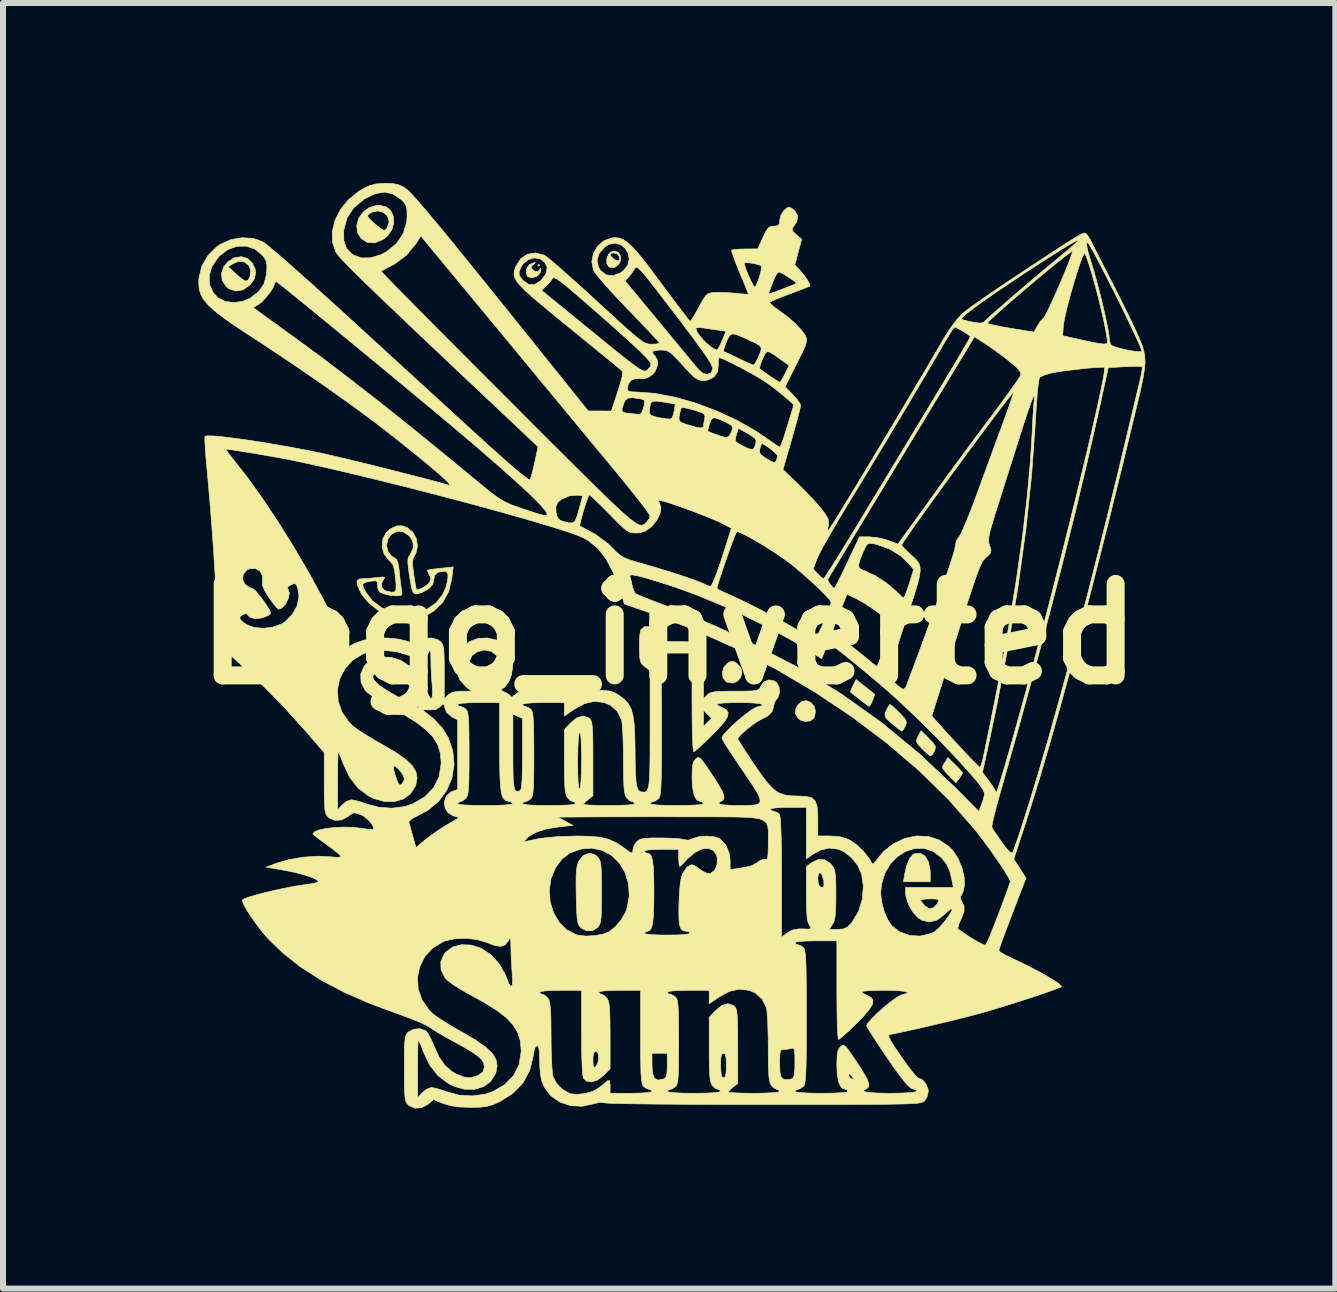
<source format=kicad_pcb>
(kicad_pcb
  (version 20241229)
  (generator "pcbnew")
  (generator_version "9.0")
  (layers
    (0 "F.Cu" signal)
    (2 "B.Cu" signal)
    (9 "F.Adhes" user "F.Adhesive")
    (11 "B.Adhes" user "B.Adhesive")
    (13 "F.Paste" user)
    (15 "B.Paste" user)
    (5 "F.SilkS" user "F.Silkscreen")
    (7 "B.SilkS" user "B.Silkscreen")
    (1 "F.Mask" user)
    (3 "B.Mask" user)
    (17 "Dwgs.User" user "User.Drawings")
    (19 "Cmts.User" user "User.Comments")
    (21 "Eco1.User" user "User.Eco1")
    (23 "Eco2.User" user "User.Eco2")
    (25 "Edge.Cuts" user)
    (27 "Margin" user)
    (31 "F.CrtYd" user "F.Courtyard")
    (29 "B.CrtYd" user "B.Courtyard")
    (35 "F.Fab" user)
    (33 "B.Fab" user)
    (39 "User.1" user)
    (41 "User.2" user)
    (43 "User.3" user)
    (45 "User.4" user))
  (footprint "Logo_inverted"
    (layer "F.Cu")
    (at 8.099 7.513)
    (property "Reference" "Logo_inverted" (at 0 0 0) (layer "F.SilkS") (effects (font (size 1.524 1.524) (thickness 0.3))))
    (attr through_hole)
    (fp_poly (pts (xy -2.159 -6.144) (xy -2.175 -6.128) (xy -2.191 -6.144) (xy -2.175 -6.16) (xy -2.159 -6.144)) (stroke (width 0.01) (type solid)) (fill yes) (layer "F.SilkS"))
    (fp_poly (pts (xy 4.26 3.697) (xy 4.318 3.792) (xy 4.347 3.927) (xy 4.35 3.986) (xy 4.35 4.128) (xy 3.904 4.128) (xy 3.925 3.993) (xy 3.957 3.856) (xy 4.005 3.744) (xy 4.061 3.674) (xy 4.082 3.662) (xy 4.18 3.652) (xy 4.26 3.697)) (stroke (width 0.01) (type solid)) (fill yes) (layer "F.SilkS"))
    (fp_poly (pts (xy 2.362 1.142) (xy 2.415 1.204) (xy 2.438 1.288) (xy 2.42 1.383) (xy 2.412 1.399) (xy 2.354 1.447) (xy 2.271 1.459) (xy 2.186 1.433) (xy 2.148 1.402) (xy 2.101 1.323) (xy 2.111 1.24) (xy 2.145 1.182) (xy 2.215 1.121) (xy 2.291 1.111) (xy 2.362 1.142)) (stroke (width 0.01) (type solid)) (fill yes) (layer "F.SilkS"))
    (fp_poly (pts (xy 4.767 2.18) (xy 4.835 2.249) (xy 4.879 2.3) (xy 4.889 2.316) (xy 4.871 2.351) (xy 4.833 2.406) (xy 4.777 2.478) (xy 4.656 2.354) (xy 4.587 2.281) (xy 4.557 2.235) (xy 4.559 2.196) (xy 4.589 2.147) (xy 4.59 2.145) (xy 4.645 2.06) (xy 4.767 2.18)) (stroke (width 0.01) (type solid)) (fill yes) (layer "F.SilkS"))
    (fp_poly (pts (xy 1.079 0.461) (xy 1.127 0.489) (xy 1.194 0.561) (xy 1.213 0.645) (xy 1.19 0.725) (xy 1.136 0.787) (xy 1.059 0.818) (xy 0.967 0.803) (xy 0.945 0.791) (xy 0.897 0.731) (xy 0.887 0.645) (xy 0.911 0.557) (xy 0.968 0.49) (xy 0.968 0.489) (xy 1.031 0.456) (xy 1.079 0.461)) (stroke (width 0.01) (type solid)) (fill yes) (layer "F.SilkS"))
    (fp_poly (pts (xy 4.327 1.74) (xy 4.4 1.817) (xy 4.433 1.868) (xy 4.434 1.912) (xy 4.42 1.951) (xy 4.385 2.01) (xy 4.357 2.032) (xy 4.322 2.011) (xy 4.26 1.957) (xy 4.216 1.913) (xy 4.149 1.841) (xy 4.121 1.794) (xy 4.125 1.751) (xy 4.149 1.702) (xy 4.197 1.611) (xy 4.327 1.74)) (stroke (width 0.01) (type solid)) (fill yes) (layer "F.SilkS"))
    (fp_poly (pts (xy 3.264 0.877) (xy 3.344 0.941) (xy 3.401 0.985) (xy 3.421 1) (xy 3.417 1.029) (xy 3.396 1.089) (xy 3.367 1.154) (xy 3.342 1.199) (xy 3.335 1.205) (xy 3.303 1.186) (xy 3.237 1.139) (xy 3.175 1.091) (xy 3.096 1.028) (xy 3.04 0.983) (xy 3.022 0.969) (xy 3.028 0.937) (xy 3.057 0.872) (xy 3.063 0.858) (xy 3.115 0.758) (xy 3.264 0.877)) (stroke (width 0.01) (type solid)) (fill yes) (layer "F.SilkS"))
    (fp_poly (pts (xy 3.712 1.196) (xy 3.773 1.25) (xy 3.837 1.313) (xy 3.911 1.391) (xy 3.946 1.444) (xy 3.951 1.487) (xy 3.934 1.535) (xy 3.9 1.595) (xy 3.876 1.619) (xy 3.844 1.6) (xy 3.78 1.55) (xy 3.717 1.497) (xy 3.638 1.428) (xy 3.601 1.381) (xy 3.595 1.338) (xy 3.614 1.282) (xy 3.617 1.275) (xy 3.651 1.208) (xy 3.678 1.175) (xy 3.68 1.175) (xy 3.712 1.196)) (stroke (width 0.01) (type solid)) (fill yes) (layer "F.SilkS"))
    (fp_poly (pts (xy -2.239 -6.172) (xy -2.264 -6.156) (xy -2.302 -6.12) (xy -2.284 -6.078) (xy -2.232 -6.04) (xy -2.182 -6.036) (xy -2.159 -6.068) (xy -2.159 -6.07) (xy -2.148 -6.092) (xy -2.141 -6.088) (xy -2.139 -6.049) (xy -2.158 -6.003) (xy -2.211 -5.955) (xy -2.286 -5.936) (xy -2.352 -5.952) (xy -2.36 -5.958) (xy -2.382 -6.019) (xy -2.37 -6.094) (xy -2.329 -6.153) (xy -2.32 -6.158) (xy -2.261 -6.184) (xy -2.23 -6.189) (xy -2.239 -6.172)) (stroke (width 0.01) (type solid)) (fill yes) (layer "F.SilkS"))
    (fp_poly (pts (xy -0.844 -6.353) (xy -0.809 -6.293) (xy -0.809 -6.219) (xy -0.844 -6.157) (xy -0.912 -6.104) (xy -0.98 -6.107) (xy -1.011 -6.124) (xy -1.04 -6.175) (xy -1.039 -6.252) (xy -1.013 -6.32) (xy -0.984 -6.32) (xy -0.961 -6.282) (xy -0.913 -6.24) (xy -0.852 -6.214) (xy -0.825 -6.24) (xy -0.837 -6.303) (xy -0.873 -6.336) (xy -0.927 -6.35) (xy -0.973 -6.34) (xy -0.984 -6.32) (xy -1.013 -6.32) (xy -1.011 -6.326) (xy -0.976 -6.363) (xy -0.903 -6.381) (xy -0.844 -6.353)) (stroke (width 0.01) (type solid)) (fill yes) (layer "F.SilkS"))
    (fp_poly (pts (xy -7.029 -6.258) (xy -6.947 -6.183) (xy -6.897 -6.08) (xy -6.89 -6.021) (xy -6.909 -5.919) (xy -6.975 -5.826) (xy -6.987 -5.813) (xy -7.101 -5.734) (xy -7.22 -5.714) (xy -7.333 -5.752) (xy -7.383 -5.793) (xy -7.447 -5.894) (xy -7.458 -6.006) (xy -7.424 -6.113) (xy -7.419 -6.119) (xy -7.346 -6.119) (xy -7.214 -5.996) (xy -7.122 -5.916) (xy -7.061 -5.881) (xy -7.02 -5.891) (xy -6.989 -5.942) (xy -6.985 -5.953) (xy -6.971 -6.059) (xy -7.006 -6.144) (xy -7.077 -6.198) (xy -7.17 -6.209) (xy -7.264 -6.172) (xy -7.346 -6.119) (xy -7.419 -6.119) (xy -7.35 -6.205) (xy -7.244 -6.267) (xy -7.129 -6.287) (xy -7.029 -6.258)) (stroke (width 0.01) (type solid)) (fill yes) (layer "F.SilkS"))
    (fp_poly (pts (xy -1.247 3.671) (xy -1.189 3.717) (xy -1.166 3.748) (xy -1.149 3.788) (xy -1.138 3.848) (xy -1.131 3.938) (xy -1.128 4.068) (xy -1.127 4.249) (xy -1.127 4.302) (xy -1.128 4.497) (xy -1.13 4.639) (xy -1.136 4.739) (xy -1.146 4.805) (xy -1.162 4.849) (xy -1.183 4.881) (xy -1.188 4.886) (xy -1.276 4.942) (xy -1.377 4.946) (xy -1.469 4.897) (xy -1.479 4.886) (xy -1.504 4.853) (xy -1.521 4.806) (xy -1.533 4.735) (xy -1.541 4.63) (xy -1.546 4.479) (xy -1.549 4.354) (xy -1.552 4.165) (xy -1.55 4.027) (xy -1.544 3.928) (xy -1.531 3.856) (xy -1.512 3.8) (xy -1.501 3.778) (xy -1.429 3.69) (xy -1.34 3.653) (xy -1.247 3.671)) (stroke (width 0.01) (type solid)) (fill yes) (layer "F.SilkS"))
    (fp_poly (pts (xy -4.719 -7.119) (xy -4.639 -7.053) (xy -4.594 -6.958) (xy -4.588 -6.848) (xy -4.621 -6.735) (xy -4.694 -6.631) (xy -4.769 -6.573) (xy -4.904 -6.517) (xy -5.025 -6.522) (xy -5.129 -6.587) (xy -5.193 -6.69) (xy -5.206 -6.805) (xy -5.174 -6.921) (xy -5.136 -6.977) (xy -5.021 -6.977) (xy -5.019 -6.947) (xy -4.982 -6.904) (xy -4.902 -6.832) (xy -4.899 -6.83) (xy -4.814 -6.76) (xy -4.763 -6.728) (xy -4.731 -6.729) (xy -4.707 -6.753) (xy -4.674 -6.829) (xy -4.667 -6.878) (xy -4.694 -6.966) (xy -4.762 -7.025) (xy -4.855 -7.048) (xy -4.953 -7.028) (xy -4.994 -7.003) (xy -5.021 -6.977) (xy -5.136 -6.977) (xy -5.104 -7.024) (xy -5.003 -7.102) (xy -4.877 -7.141) (xy -4.835 -7.144) (xy -4.719 -7.119)) (stroke (width 0.01) (type solid)) (fill yes) (layer "F.SilkS"))
    (fp_poly (pts (xy -4.365 -1.772) (xy -4.271 -1.697) (xy -4.212 -1.587) (xy -4.193 -1.462) (xy -4.22 -1.344) (xy -4.24 -1.309) (xy -4.265 -1.263) (xy -4.275 -1.204) (xy -4.271 -1.117) (xy -4.256 -0.994) (xy -4.238 -0.877) (xy -4.222 -0.787) (xy -4.21 -0.74) (xy -4.209 -0.737) (xy -4.171 -0.739) (xy -4.108 -0.768) (xy -4.041 -0.813) (xy -3.992 -0.859) (xy -3.988 -0.865) (xy -3.971 -0.93) (xy -3.995 -0.987) (xy -4.023 -1.041) (xy -4.027 -1.064) (xy -3.992 -1.072) (xy -3.912 -1.083) (xy -3.808 -1.095) (xy -3.599 -1.117) (xy -3.621 -0.93) (xy -3.674 -0.706) (xy -3.776 -0.522) (xy -3.926 -0.38) (xy -4.015 -0.326) (xy -4.136 -0.286) (xy -4.293 -0.267) (xy -4.462 -0.268) (xy -4.618 -0.29) (xy -4.675 -0.306) (xy -4.842 -0.389) (xy -4.996 -0.509) (xy -5.115 -0.649) (xy -5.145 -0.701) (xy -5.194 -0.811) (xy -5.196 -0.829) (xy -5.105 -0.829) (xy -5.096 -0.775) (xy -5.064 -0.71) (xy -4.945 -0.553) (xy -4.787 -0.435) (xy -4.601 -0.359) (xy -4.401 -0.329) (xy -4.199 -0.35) (xy -4.04 -0.409) (xy -3.884 -0.518) (xy -3.769 -0.663) (xy -3.716 -0.787) (xy -3.687 -0.919) (xy -3.687 -1.001) (xy -3.718 -1.04) (xy -3.754 -1.046) (xy -3.856 -1.028) (xy -3.909 -0.977) (xy -3.921 -0.906) (xy -3.938 -0.828) (xy -3.996 -0.763) (xy -4.029 -0.739) (xy -4.116 -0.692) (xy -4.195 -0.668) (xy -4.208 -0.667) (xy -4.242 -0.672) (xy -4.267 -0.695) (xy -4.286 -0.747) (xy -4.305 -0.841) (xy -4.325 -0.96) (xy -4.345 -1.1) (xy -4.354 -1.192) (xy -4.352 -1.251) (xy -4.337 -1.293) (xy -4.312 -1.33) (xy -4.261 -1.44) (xy -4.272 -1.549) (xy -4.332 -1.637) (xy -4.434 -1.704) (xy -4.537 -1.711) (xy -4.629 -1.661) (xy -4.684 -1.587) (xy -4.709 -1.479) (xy -4.686 -1.375) (xy -4.621 -1.294) (xy -4.59 -1.277) (xy -4.549 -1.25) (xy -4.523 -1.203) (xy -4.506 -1.121) (xy -4.495 -1.026) (xy -4.482 -0.901) (xy -4.468 -0.79) (xy -4.457 -0.722) (xy -4.451 -0.664) (xy -4.476 -0.64) (xy -4.548 -0.635) (xy -4.549 -0.635) (xy -4.66 -0.646) (xy -4.758 -0.67) (xy -4.829 -0.706) (xy -4.855 -0.761) (xy -4.858 -0.801) (xy -4.862 -0.864) (xy -4.887 -0.886) (xy -4.952 -0.882) (xy -4.973 -0.879) (xy -5.067 -0.859) (xy -5.105 -0.829) (xy -5.196 -0.829) (xy -5.203 -0.88) (xy -5.172 -0.913) (xy -5.116 -0.921) (xy -5.029 -0.925) (xy -4.915 -0.935) (xy -4.87 -0.941) (xy -4.78 -0.95) (xy -4.743 -0.945) (xy -4.748 -0.925) (xy -4.755 -0.919) (xy -4.792 -0.845) (xy -4.785 -0.772) (xy -4.736 -0.723) (xy -4.723 -0.719) (xy -4.63 -0.697) (xy -4.576 -0.701) (xy -4.552 -0.74) (xy -4.55 -0.825) (xy -4.559 -0.927) (xy -4.574 -1.053) (xy -4.595 -1.134) (xy -4.629 -1.19) (xy -4.67 -1.229) (xy -4.75 -1.333) (xy -4.783 -1.457) (xy -4.77 -1.583) (xy -4.711 -1.693) (xy -4.638 -1.755) (xy -4.538 -1.801) (xy -4.449 -1.802) (xy -4.365 -1.772)) (stroke (width 0.01) (type solid)) (fill yes) (layer "F.SilkS"))
    (fp_poly (pts (xy -4.6 -7.504) (xy -4.507 -7.484) (xy -4.423 -7.444) (xy -4.39 -7.423) (xy -4.359 -7.398) (xy -4.313 -7.353) (xy -4.252 -7.287) (xy -4.172 -7.197) (xy -4.072 -7.081) (xy -3.95 -6.936) (xy -3.804 -6.761) (xy -3.633 -6.553) (xy -3.435 -6.309) (xy -3.207 -6.028) (xy -2.948 -5.708) (xy -2.656 -5.345) (xy -2.329 -4.938) (xy -1.965 -4.484) (xy -1.813 -4.295) (xy -1.349 -3.716) (xy -0.963 -3.715) (xy -0.952 -3.749) (xy -0.786 -3.749) (xy -0.781 -3.703) (xy -0.732 -3.683) (xy -0.659 -3.674) (xy -0.567 -3.666) (xy -0.502 -3.658) (xy -0.491 -3.657) (xy -0.463 -3.681) (xy -0.441 -3.73) (xy -0.327 -3.73) (xy -0.326 -3.677) (xy -0.305 -3.645) (xy -0.249 -3.623) (xy -0.159 -3.602) (xy -0.059 -3.586) (xy 0.015 -3.582) (xy 0.041 -3.588) (xy 0.062 -3.631) (xy 0.082 -3.709) (xy 0.084 -3.721) (xy 0.102 -3.832) (xy -0.095 -3.864) (xy -0.209 -3.88) (xy -0.276 -3.876) (xy -0.309 -3.844) (xy -0.323 -3.776) (xy -0.327 -3.73) (xy -0.441 -3.73) (xy -0.433 -3.747) (xy -0.425 -3.775) (xy -0.406 -3.855) (xy -0.413 -3.894) (xy -0.455 -3.912) (xy -0.485 -3.918) (xy -0.608 -3.937) (xy -0.686 -3.929) (xy -0.733 -3.892) (xy -0.759 -3.837) (xy -0.786 -3.749) (xy -0.952 -3.749) (xy -0.858 -4.035) (xy -0.843 -4.082) (xy -0.699 -4.082) (xy -0.683 -4.051) (xy -0.628 -4.035) (xy -0.545 -4.032) (xy -0.242 -4.01) (xy 0.09 -3.947) (xy 0.439 -3.848) (xy 0.79 -3.717) (xy 1.13 -3.56) (xy 1.443 -3.382) (xy 1.587 -3.285) (xy 1.694 -3.21) (xy 1.78 -3.152) (xy 1.834 -3.118) (xy 1.844 -3.113) (xy 1.86 -3.141) (xy 1.89 -3.218) (xy 1.928 -3.332) (xy 1.97 -3.466) (xy 2.077 -3.82) (xy 1.935 -3.946) (xy 1.831 -4.033) (xy 1.704 -4.13) (xy 1.606 -4.2) (xy 1.512 -4.259) (xy 1.391 -4.33) (xy 1.256 -4.404) (xy 1.195 -4.436) (xy 1.506 -4.436) (xy 1.507 -4.42) (xy 1.545 -4.39) (xy 1.614 -4.341) (xy 1.696 -4.285) (xy 1.773 -4.234) (xy 1.828 -4.2) (xy 1.843 -4.193) (xy 1.866 -4.218) (xy 1.904 -4.283) (xy 1.929 -4.332) (xy 1.998 -4.473) (xy 1.848 -4.581) (xy 1.741 -4.658) (xy 1.672 -4.698) (xy 1.63 -4.703) (xy 1.599 -4.672) (xy 1.567 -4.605) (xy 1.557 -4.584) (xy 1.523 -4.497) (xy 1.506 -4.436) (xy 1.195 -4.436) (xy 1.12 -4.475) (xy 0.997 -4.537) (xy 0.9 -4.582) (xy 0.841 -4.603) (xy 0.834 -4.604) (xy 0.819 -4.576) (xy 0.818 -4.508) (xy 0.82 -4.491) (xy 0.807 -4.37) (xy 0.743 -4.279) (xy 0.637 -4.229) (xy 0.572 -4.223) (xy 0.516 -4.227) (xy 0.466 -4.246) (xy 0.408 -4.288) (xy 0.333 -4.361) (xy 0.229 -4.474) (xy 0.226 -4.477) (xy 0.123 -4.589) (xy 0.05 -4.662) (xy -0.006 -4.705) (xy -0.057 -4.725) (xy -0.114 -4.73) (xy -0.145 -4.731) (xy -0.244 -4.723) (xy -0.282 -4.699) (xy -0.262 -4.658) (xy -0.238 -4.636) (xy -0.196 -4.564) (xy -0.196 -4.469) (xy -0.236 -4.372) (xy -0.268 -4.332) (xy -0.343 -4.276) (xy -0.434 -4.252) (xy -0.561 -4.253) (xy -0.631 -4.23) (xy -0.681 -4.163) (xy -0.699 -4.082) (xy -0.843 -4.082) (xy -0.812 -4.181) (xy -0.785 -4.28) (xy -0.777 -4.342) (xy -0.784 -4.378) (xy -0.797 -4.395) (xy -0.832 -4.424) (xy -0.909 -4.488) (xy -1.024 -4.582) (xy -1.17 -4.701) (xy -1.341 -4.841) (xy -1.532 -4.997) (xy -1.688 -5.124) (xy -1.93 -5.321) (xy -2.126 -5.484) (xy -2.282 -5.616) (xy -2.4 -5.722) (xy -2.403 -5.725) (xy -2.125 -5.725) (xy -1.281 -5.036) (xy -1.055 -4.851) (xy -0.872 -4.703) (xy -0.728 -4.588) (xy -0.617 -4.503) (xy -0.534 -4.443) (xy -0.475 -4.405) (xy -0.433 -4.385) (xy -0.403 -4.38) (xy -0.381 -4.385) (xy -0.369 -4.392) (xy -0.317 -4.45) (xy -0.302 -4.501) (xy -0.323 -4.539) (xy -0.387 -4.612) (xy -0.496 -4.72) (xy -0.651 -4.865) (xy -0.853 -5.047) (xy -1.102 -5.268) (xy -1.107 -5.272) (xy -1.326 -5.464) (xy -1.502 -5.617) (xy -1.64 -5.735) (xy -1.746 -5.823) (xy -1.823 -5.882) (xy -1.877 -5.918) (xy -1.912 -5.933) (xy -1.934 -5.933) (xy -1.945 -5.921) (xy -1.993 -5.856) (xy -2.052 -5.793) (xy -2.125 -5.725) (xy -2.403 -5.725) (xy -2.485 -5.809) (xy -2.542 -5.879) (xy -2.574 -5.939) (xy -2.585 -5.993) (xy -2.581 -6.038) (xy -2.5 -6.038) (xy -2.498 -5.976) (xy -2.454 -5.913) (xy -2.43 -5.888) (xy -2.338 -5.824) (xy -2.247 -5.821) (xy -2.15 -5.879) (xy -2.125 -5.903) (xy -2.049 -6.008) (xy -2.033 -6.108) (xy -2.076 -6.196) (xy -2.148 -6.249) (xy -2.243 -6.267) (xy -2.345 -6.238) (xy -2.432 -6.17) (xy -2.462 -6.126) (xy -2.5 -6.038) (xy -2.581 -6.038) (xy -2.58 -6.045) (xy -2.563 -6.101) (xy -2.551 -6.131) (xy -2.472 -6.253) (xy -2.36 -6.327) (xy -2.226 -6.349) (xy -2.086 -6.313) (xy -2.07 -6.305) (xy -2.027 -6.273) (xy -1.943 -6.204) (xy -1.825 -6.102) (xy -1.679 -5.973) (xy -1.511 -5.823) (xy -1.328 -5.657) (xy -1.206 -5.545) (xy -0.995 -5.351) (xy -0.825 -5.195) (xy -0.69 -5.074) (xy -0.585 -4.983) (xy -0.505 -4.918) (xy -0.444 -4.874) (xy -0.397 -4.848) (xy -0.357 -4.834) (xy -0.321 -4.829) (xy -0.291 -4.828) (xy -0.21 -4.832) (xy -0.167 -4.846) (xy -0.164 -4.854) (xy -0.188 -4.884) (xy -0.251 -4.952) (xy -0.345 -5.052) (xy -0.465 -5.178) (xy -0.603 -5.322) (xy -0.695 -5.417) (xy -0.846 -5.575) (xy -0.983 -5.723) (xy -1.101 -5.855) (xy -1.123 -5.882) (xy -0.734 -5.882) (xy -0.237 -5.283) (xy -0.089 -5.104) (xy 0.054 -4.931) (xy 0.185 -4.772) (xy 0.295 -4.639) (xy 0.377 -4.539) (xy 0.408 -4.501) (xy 0.494 -4.402) (xy 0.558 -4.347) (xy 0.612 -4.327) (xy 0.635 -4.327) (xy 0.699 -4.351) (xy 0.724 -4.416) (xy 0.719 -4.449) (xy 0.696 -4.501) (xy 0.652 -4.576) (xy 0.582 -4.679) (xy 0.552 -4.722) (xy 0.907 -4.722) (xy 0.911 -4.706) (xy 0.95 -4.689) (xy 1.031 -4.651) (xy 1.136 -4.6) (xy 1.159 -4.589) (xy 1.267 -4.538) (xy 1.353 -4.5) (xy 1.4 -4.48) (xy 1.403 -4.479) (xy 1.428 -4.504) (xy 1.466 -4.571) (xy 1.491 -4.625) (xy 1.525 -4.706) (xy 1.535 -4.76) (xy 1.513 -4.8) (xy 1.451 -4.84) (xy 1.341 -4.892) (xy 1.318 -4.903) (xy 1.186 -4.963) (xy 1.099 -4.995) (xy 1.043 -4.998) (xy 1.006 -4.97) (xy 0.973 -4.912) (xy 0.953 -4.868) (xy 0.92 -4.781) (xy 0.907 -4.722) (xy 0.552 -4.722) (xy 0.485 -4.815) (xy 0.357 -4.989) (xy 0.278 -5.092) (xy 0.445 -5.092) (xy 0.468 -5.027) (xy 0.529 -4.943) (xy 0.611 -4.855) (xy 0.697 -4.782) (xy 0.773 -4.738) (xy 0.797 -4.732) (xy 0.819 -4.758) (xy 0.855 -4.826) (xy 0.882 -4.887) (xy 0.947 -5.044) (xy 0.823 -5.062) (xy 0.702 -5.079) (xy 0.578 -5.098) (xy 0.572 -5.099) (xy 0.493 -5.105) (xy 0.448 -5.098) (xy 0.445 -5.092) (xy 0.278 -5.092) (xy 0.194 -5.205) (xy 0.099 -5.33) (xy -0.075 -5.556) (xy -0.214 -5.737) (xy -0.323 -5.876) (xy -0.405 -5.978) (xy -0.466 -6.048) (xy -0.509 -6.09) (xy -0.538 -6.109) (xy -0.557 -6.11) (xy -0.57 -6.096) (xy -0.574 -6.089) (xy -0.625 -6.008) (xy -0.672 -5.949) (xy -0.734 -5.882) (xy -1.123 -5.882) (xy -1.191 -5.962) (xy -1.247 -6.036) (xy -1.261 -6.06) (xy -1.289 -6.201) (xy -1.284 -6.228) (xy -1.202 -6.228) (xy -1.178 -6.112) (xy -1.141 -6.053) (xy -1.051 -5.984) (xy -0.941 -5.969) (xy -0.823 -6.01) (xy -0.764 -6.051) (xy -0.69 -6.144) (xy -0.666 -6.246) (xy -0.683 -6.344) (xy -0.734 -6.428) (xy -0.811 -6.488) (xy -0.904 -6.513) (xy -1.007 -6.491) (xy -1.068 -6.452) (xy -1.165 -6.344) (xy -1.202 -6.228) (xy -1.284 -6.228) (xy -1.263 -6.339) (xy -1.193 -6.46) (xy -1.087 -6.552) (xy -0.953 -6.6) (xy -0.899 -6.604) (xy -0.833 -6.597) (xy -0.768 -6.573) (xy -0.697 -6.526) (xy -0.616 -6.451) (xy -0.519 -6.343) (xy -0.4 -6.196) (xy -0.255 -6.006) (xy -0.134 -5.843) (xy -0.005 -5.669) (xy 0.112 -5.513) (xy 0.212 -5.382) (xy 0.288 -5.283) (xy 0.337 -5.223) (xy 0.351 -5.208) (xy 0.373 -5.234) (xy 0.416 -5.303) (xy 0.472 -5.402) (xy 0.494 -5.443) (xy 0.557 -5.558) (xy 0.603 -5.629) (xy 0.644 -5.667) (xy 0.693 -5.684) (xy 0.743 -5.69) (xy 0.84 -5.693) (xy 0.97 -5.688) (xy 1.091 -5.678) (xy 1.202 -5.667) (xy 1.283 -5.661) (xy 1.32 -5.66) (xy 1.32 -5.661) (xy 1.315 -5.676) (xy 1.656 -5.676) (xy 1.676 -5.672) (xy 1.74 -5.69) (xy 1.815 -5.718) (xy 1.924 -5.761) (xy 2.02 -5.799) (xy 2.062 -5.815) (xy 2.104 -5.834) (xy 2.111 -5.854) (xy 2.076 -5.886) (xy 1.998 -5.939) (xy 1.913 -5.991) (xy 1.847 -6.025) (xy 1.824 -6.032) (xy 1.795 -6.005) (xy 1.757 -5.935) (xy 1.729 -5.867) (xy 1.693 -5.771) (xy 1.666 -5.7) (xy 1.656 -5.676) (xy 1.315 -5.676) (xy 1.31 -5.691) (xy 1.28 -5.768) (xy 1.234 -5.88) (xy 1.177 -6.016) (xy 1.174 -6.023) (xy 1.118 -6.161) (xy 1.109 -6.183) (xy 1.251 -6.183) (xy 1.255 -6.148) (xy 1.279 -6.076) (xy 1.317 -5.984) (xy 1.358 -5.892) (xy 1.397 -5.818) (xy 1.423 -5.78) (xy 1.427 -5.779) (xy 1.448 -5.806) (xy 1.478 -5.877) (xy 1.501 -5.942) (xy 1.527 -6.038) (xy 1.54 -6.108) (xy 1.538 -6.13) (xy 1.501 -6.15) (xy 1.427 -6.169) (xy 1.343 -6.183) (xy 1.276 -6.188) (xy 1.251 -6.183) (xy 1.109 -6.183) (xy 1.074 -6.277) (xy 1.046 -6.359) (xy 1.041 -6.396) (xy 1.041 -6.396) (xy 1.079 -6.405) (xy 1.163 -6.412) (xy 1.267 -6.415) (xy 1.476 -6.416) (xy 1.562 -6.605) (xy 1.611 -6.708) (xy 1.65 -6.765) (xy 1.692 -6.79) (xy 1.744 -6.795) (xy 1.813 -6.802) (xy 1.838 -6.838) (xy 1.841 -6.89) (xy 1.861 -6.973) (xy 1.909 -7.052) (xy 1.968 -7.103) (xy 2 -7.112) (xy 2.044 -7.091) (xy 2.097 -7.047) (xy 2.142 -6.964) (xy 2.126 -6.868) (xy 2.072 -6.788) (xy 2.046 -6.748) (xy 2.058 -6.711) (xy 2.114 -6.657) (xy 2.116 -6.656) (xy 2.207 -6.578) (xy 2.15 -6.363) (xy 2.094 -6.148) (xy 2.186 -6.051) (xy 2.253 -5.971) (xy 2.308 -5.891) (xy 2.342 -5.827) (xy 2.344 -5.796) (xy 2.312 -5.782) (xy 2.233 -5.751) (xy 2.12 -5.708) (xy 2.016 -5.669) (xy 1.883 -5.619) (xy 1.773 -5.575) (xy 1.699 -5.542) (xy 1.675 -5.529) (xy 1.688 -5.502) (xy 1.744 -5.452) (xy 1.832 -5.387) (xy 1.859 -5.369) (xy 1.982 -5.278) (xy 2.103 -5.171) (xy 2.191 -5.076) (xy 2.241 -5.013) (xy 2.275 -4.962) (xy 2.29 -4.914) (xy 2.285 -4.857) (xy 2.259 -4.78) (xy 2.209 -4.672) (xy 2.134 -4.522) (xy 2.095 -4.445) (xy 1.932 -4.119) (xy 2.061 -3.987) (xy 2.132 -3.908) (xy 2.179 -3.841) (xy 2.191 -3.809) (xy 2.182 -3.764) (xy 2.159 -3.669) (xy 2.124 -3.536) (xy 2.079 -3.376) (xy 2.044 -3.251) (xy 1.896 -2.74) (xy 2.152 -2.495) (xy 2.274 -2.374) (xy 2.394 -2.248) (xy 2.495 -2.134) (xy 2.54 -2.079) (xy 2.612 -1.981) (xy 2.648 -1.912) (xy 2.658 -1.854) (xy 2.651 -1.803) (xy 2.642 -1.738) (xy 2.654 -1.727) (xy 2.658 -1.73) (xy 2.684 -1.768) (xy 2.739 -1.854) (xy 2.819 -1.983) (xy 2.921 -2.15) (xy 3.042 -2.348) (xy 3.177 -2.571) (xy 3.324 -2.814) (xy 3.478 -3.07) (xy 3.637 -3.335) (xy 3.796 -3.602) (xy 3.953 -3.866) (xy 4.104 -4.12) (xy 4.245 -4.358) (xy 4.373 -4.576) (xy 4.485 -4.766) (xy 4.571 -4.915) (xy 4.674 -5.079) (xy 4.746 -5.178) (xy 5.302 -5.178) (xy 5.332 -5.165) (xy 5.412 -5.145) (xy 5.531 -5.121) (xy 5.677 -5.095) (xy 5.691 -5.093) (xy 6.08 -5.03) (xy 6.136 -5.133) (xy 6.184 -5.208) (xy 6.231 -5.258) (xy 6.235 -5.261) (xy 6.26 -5.296) (xy 6.302 -5.377) (xy 6.358 -5.493) (xy 6.422 -5.634) (xy 6.49 -5.788) (xy 6.557 -5.944) (xy 6.618 -6.091) (xy 6.668 -6.218) (xy 6.703 -6.314) (xy 6.718 -6.367) (xy 6.717 -6.375) (xy 6.689 -6.36) (xy 6.62 -6.311) (xy 6.518 -6.231) (xy 6.391 -6.128) (xy 6.245 -6.009) (xy 6.089 -5.878) (xy 5.928 -5.742) (xy 5.772 -5.609) (xy 5.626 -5.482) (xy 5.499 -5.37) (xy 5.398 -5.278) (xy 5.33 -5.213) (xy 5.303 -5.179) (xy 5.302 -5.178) (xy 4.746 -5.178) (xy 4.78 -5.223) (xy 4.801 -5.247) (xy 4.871 -5.247) (xy 4.871 -5.246) (xy 4.912 -5.23) (xy 4.991 -5.21) (xy 5.086 -5.191) (xy 5.172 -5.18) (xy 5.181 -5.179) (xy 5.239 -5.193) (xy 5.256 -5.209) (xy 5.286 -5.239) (xy 5.357 -5.304) (xy 5.462 -5.396) (xy 5.593 -5.511) (xy 5.743 -5.64) (xy 5.905 -5.779) (xy 6.071 -5.92) (xy 6.234 -6.058) (xy 6.386 -6.185) (xy 6.52 -6.296) (xy 6.582 -6.347) (xy 6.684 -6.432) (xy 6.754 -6.494) (xy 6.954 -6.494) (xy 6.968 -6.412) (xy 7.004 -6.28) (xy 7.036 -6.176) (xy 7.083 -6.023) (xy 7.132 -5.843) (xy 7.183 -5.649) (xy 7.23 -5.453) (xy 7.272 -5.268) (xy 7.306 -5.107) (xy 7.327 -4.983) (xy 7.334 -4.911) (xy 7.347 -4.841) (xy 7.37 -4.808) (xy 7.431 -4.782) (xy 7.523 -4.756) (xy 7.63 -4.732) (xy 7.735 -4.713) (xy 7.82 -4.704) (xy 7.869 -4.707) (xy 7.874 -4.712) (xy 7.86 -4.758) (xy 7.821 -4.853) (xy 7.76 -4.987) (xy 7.682 -5.152) (xy 7.591 -5.341) (xy 7.491 -5.545) (xy 7.385 -5.756) (xy 7.279 -5.966) (xy 7.175 -6.166) (xy 7.078 -6.349) (xy 7.039 -6.42) (xy 6.989 -6.501) (xy 6.961 -6.525) (xy 6.954 -6.494) (xy 6.754 -6.494) (xy 6.763 -6.502) (xy 6.809 -6.548) (xy 6.816 -6.561) (xy 6.784 -6.551) (xy 6.703 -6.507) (xy 6.578 -6.432) (xy 6.413 -6.329) (xy 6.212 -6.201) (xy 5.979 -6.049) (xy 5.719 -5.877) (xy 5.699 -5.863) (xy 5.446 -5.693) (xy 5.236 -5.547) (xy 5.071 -5.428) (xy 4.954 -5.337) (xy 4.887 -5.276) (xy 4.871 -5.247) (xy 4.801 -5.247) (xy 4.875 -5.329) (xy 4.886 -5.339) (xy 4.952 -5.391) (xy 5.062 -5.472) (xy 5.208 -5.575) (xy 5.381 -5.694) (xy 5.572 -5.824) (xy 5.763 -5.951) (xy 6.038 -6.133) (xy 6.265 -6.282) (xy 6.449 -6.403) (xy 6.595 -6.497) (xy 6.707 -6.568) (xy 6.79 -6.619) (xy 6.849 -6.653) (xy 6.889 -6.672) (xy 6.914 -6.68) (xy 6.93 -6.68) (xy 6.934 -6.679) (xy 6.971 -6.643) (xy 7.014 -6.573) (xy 7.019 -6.563) (xy 7.048 -6.506) (xy 7.101 -6.401) (xy 7.173 -6.26) (xy 7.259 -6.091) (xy 7.355 -5.904) (xy 7.403 -5.81) (xy 7.506 -5.606) (xy 7.607 -5.404) (xy 7.698 -5.217) (xy 7.774 -5.057) (xy 7.828 -4.936) (xy 7.841 -4.906) (xy 7.881 -4.804) (xy 7.909 -4.712) (xy 7.925 -4.622) (xy 7.929 -4.522) (xy 7.918 -4.405) (xy 7.894 -4.259) (xy 7.855 -4.075) (xy 7.801 -3.842) (xy 7.778 -3.747) (xy 7.542 -2.769) (xy 7.316 -1.852) (xy 7.1 -0.996) (xy 6.895 -0.199) (xy 6.699 0.541) (xy 6.512 1.224) (xy 6.334 1.852) (xy 6.165 2.426) (xy 6.003 2.947) (xy 5.917 3.216) (xy 5.742 3.749) (xy 5.844 3.908) (xy 5.945 4.066) (xy 5.719 4.654) (xy 5.65 4.836) (xy 5.589 4.998) (xy 5.54 5.131) (xy 5.507 5.226) (xy 5.493 5.272) (xy 5.493 5.274) (xy 5.52 5.301) (xy 5.591 5.344) (xy 5.691 5.394) (xy 5.707 5.401) (xy 5.87 5.477) (xy 6.034 5.559) (xy 6.188 5.641) (xy 6.324 5.719) (xy 6.434 5.786) (xy 6.507 5.839) (xy 6.536 5.872) (xy 6.533 5.878) (xy 6.472 5.904) (xy 6.361 5.945) (xy 6.211 5.998) (xy 6.033 6.057) (xy 5.839 6.12) (xy 5.639 6.183) (xy 5.445 6.243) (xy 5.266 6.295) (xy 5.202 6.314) (xy 5.032 6.359) (xy 4.823 6.412) (xy 4.591 6.469) (xy 4.352 6.526) (xy 4.12 6.579) (xy 3.911 6.625) (xy 3.741 6.661) (xy 3.675 6.673) (xy 3.658 6.686) (xy 3.664 6.721) (xy 3.696 6.785) (xy 3.759 6.884) (xy 3.856 7.027) (xy 3.865 7.04) (xy 3.958 7.171) (xy 4.041 7.28) (xy 4.106 7.358) (xy 4.146 7.395) (xy 4.151 7.397) (xy 4.217 7.426) (xy 4.277 7.494) (xy 4.313 7.581) (xy 4.318 7.62) (xy 4.297 7.711) (xy 4.256 7.777) (xy 4.243 7.788) (xy 4.227 7.798) (xy 4.201 7.806) (xy 4.164 7.814) (xy 4.109 7.82) (xy 4.034 7.825) (xy 3.934 7.829) (xy 3.804 7.832) (xy 3.642 7.835) (xy 3.442 7.836) (xy 3.201 7.838) (xy 2.914 7.839) (xy 2.577 7.839) (xy 2.186 7.839) (xy 1.738 7.839) (xy 1.584 7.839) (xy 1.16 7.839) (xy 0.759 7.838) (xy 0.387 7.837) (xy 0.047 7.834) (xy -0.257 7.832) (xy -0.519 7.829) (xy -0.736 7.825) (xy -0.904 7.821) (xy -1.018 7.817) (xy -1.074 7.812) (xy -1.079 7.811) (xy -1.156 7.802) (xy -1.257 7.827) (xy -1.453 7.869) (xy -1.644 7.858) (xy -1.819 7.8) (xy -1.966 7.698) (xy -2.076 7.558) (xy -2.126 7.436) (xy -2.143 7.343) (xy -2.155 7.215) (xy -2.159 7.088) (xy -2.162 6.962) (xy -2.173 6.889) (xy -2.194 6.86) (xy -2.202 6.858) (xy -2.235 6.889) (xy -2.259 6.984) (xy -2.266 7.035) (xy -2.324 7.273) (xy -2.436 7.48) (xy -2.601 7.652) (xy -2.818 7.789) (xy -2.842 7.8) (xy -2.947 7.845) (xy -3.04 7.871) (xy -3.146 7.884) (xy -3.287 7.887) (xy -3.318 7.887) (xy -3.502 7.88) (xy -3.646 7.859) (xy -3.765 7.822) (xy -3.926 7.757) (xy -4.013 7.831) (xy -4.121 7.892) (xy -4.234 7.9) (xy -4.333 7.857) (xy -4.35 7.842) (xy -4.373 7.814) (xy -4.39 7.778) (xy -4.401 7.724) (xy -4.408 7.641) (xy -4.412 7.52) (xy -4.413 7.35) (xy -4.413 7.239) (xy -4.413 7.04) (xy -4.41 6.895) (xy -4.405 6.793) (xy -4.396 6.725) (xy -4.383 6.681) (xy -4.363 6.65) (xy -4.35 6.636) (xy -4.259 6.585) (xy -4.151 6.576) (xy -4.055 6.612) (xy -4.055 6.612) (xy -4.016 6.661) (xy -3.968 6.75) (xy -3.922 6.854) (xy -3.834 7.048) (xy -3.736 7.189) (xy -3.62 7.29) (xy -3.547 7.331) (xy -3.414 7.383) (xy -3.305 7.393) (xy -3.199 7.362) (xy -3.173 7.349) (xy -3.102 7.295) (xy -3.08 7.22) (xy -3.08 7.212) (xy -3.089 7.152) (xy -3.121 7.094) (xy -3.184 7.034) (xy -3.284 6.964) (xy -3.43 6.878) (xy -3.556 6.808) (xy -3.699 6.73) (xy -3.83 6.654) (xy -3.935 6.59) (xy -3.992 6.552) (xy -4.06 6.512) (xy -4.174 6.46) (xy -4.319 6.402) (xy -4.479 6.343) (xy -4.503 6.335) (xy -4.995 6.153) (xy -5.429 5.962) (xy -5.812 5.759) (xy -5.863 5.726) (xy -4.193 5.726) (xy -4.181 5.915) (xy -4.118 6.097) (xy -4.002 6.264) (xy -3.934 6.33) (xy -3.857 6.386) (xy -3.74 6.463) (xy -3.599 6.549) (xy -3.448 6.636) (xy -3.441 6.639) (xy -3.222 6.767) (xy -3.059 6.882) (xy -2.948 6.987) (xy -2.885 7.089) (xy -2.866 7.193) (xy -2.886 7.304) (xy -2.895 7.327) (xy -2.974 7.455) (xy -3.094 7.542) (xy -3.242 7.586) (xy -3.41 7.585) (xy -3.585 7.536) (xy -3.676 7.492) (xy -3.851 7.359) (xy -3.991 7.18) (xy -4.1 6.949) (xy -4.1 6.948) (xy -4.137 6.852) (xy -4.166 6.785) (xy -4.179 6.763) (xy -4.183 6.793) (xy -4.187 6.875) (xy -4.189 6.999) (xy -4.191 7.154) (xy -4.191 7.244) (xy -4.191 7.725) (xy -4.113 7.641) (xy -4.041 7.584) (xy -3.969 7.557) (xy -3.962 7.557) (xy -3.893 7.568) (xy -3.792 7.597) (xy -3.715 7.625) (xy -3.504 7.682) (xy -3.281 7.696) (xy -3.068 7.668) (xy -2.937 7.624) (xy -2.737 7.506) (xy -2.591 7.356) (xy -2.501 7.175) (xy -2.466 6.964) (xy -2.466 6.937) (xy -2.479 6.782) (xy -2.521 6.643) (xy -2.598 6.515) (xy -2.715 6.391) (xy -2.878 6.266) (xy -3.093 6.133) (xy -3.274 6.033) (xy -3.389 5.969) (xy -2.159 5.969) (xy -2.133 5.997) (xy -2.113 6.001) (xy -2.062 6.025) (xy -2.018 6.071) (xy -1.999 6.109) (xy -1.986 6.168) (xy -1.977 6.256) (xy -1.971 6.384) (xy -1.969 6.56) (xy -1.968 6.698) (xy -1.966 6.889) (xy -1.961 7.066) (xy -1.953 7.216) (xy -1.944 7.326) (xy -1.935 7.373) (xy -1.877 7.486) (xy -1.778 7.586) (xy -1.661 7.654) (xy -1.635 7.662) (xy -1.532 7.67) (xy -1.404 7.656) (xy -1.283 7.624) (xy -1.243 7.606) (xy -1.154 7.549) (xy -1.089 7.496) (xy -1.026 7.443) (xy -0.995 7.441) (xy -0.985 7.497) (xy -0.984 7.541) (xy -0.984 7.652) (xy -0.635 7.652) (xy -0.477 7.649) (xy -0.362 7.641) (xy -0.297 7.629) (xy -0.286 7.62) (xy -0.311 7.591) (xy -0.331 7.588) (xy -0.389 7.567) (xy -0.426 7.538) (xy -0.442 7.515) (xy -0.454 7.474) (xy -0.463 7.41) (xy -0.47 7.313) (xy -0.473 7.177) (xy -0.476 6.994) (xy -0.476 6.985) (xy -0.286 6.985) (xy -0.286 7.189) (xy -0.276 7.324) (xy -0.244 7.404) (xy -0.186 7.432) (xy -0.095 7.415) (xy -0.082 7.41) (xy -0.053 7.383) (xy -0.037 7.32) (xy -0.032 7.209) (xy -0.032 7.188) (xy -0.032 6.985) (xy -0.286 6.985) (xy -0.476 6.985) (xy -0.476 6.757) (xy -0.476 6.713) (xy -0.476 5.969) (xy -0.032 5.969) (xy -0.006 5.998) (xy 0.014 6.001) (xy 0.071 6.022) (xy 0.109 6.051) (xy 0.126 6.076) (xy 0.138 6.118) (xy 0.147 6.186) (xy 0.153 6.288) (xy 0.157 6.431) (xy 0.158 6.624) (xy 0.159 6.795) (xy 0.158 7.027) (xy 0.156 7.205) (xy 0.152 7.335) (xy 0.145 7.426) (xy 0.135 7.486) (xy 0.121 7.522) (xy 0.109 7.538) (xy 0.049 7.579) (xy 0.014 7.588) (xy -0.027 7.606) (xy -0.032 7.62) (xy -0.001 7.633) (xy 0.087 7.643) (xy 0.227 7.65) (xy 0.412 7.652) (xy 0.413 7.652) (xy 0.598 7.65) (xy 0.738 7.643) (xy 0.826 7.633) (xy 0.857 7.62) (xy 0.857 7.62) (xy 0.832 7.592) (xy 0.811 7.588) (xy 0.76 7.564) (xy 0.716 7.518) (xy 0.697 7.479) (xy 0.683 7.419) (xy 0.674 7.328) (xy 0.669 7.196) (xy 0.669 7.17) (xy 0.857 7.17) (xy 0.861 7.274) (xy 0.869 7.35) (xy 0.878 7.377) (xy 0.915 7.397) (xy 0.939 7.367) (xy 0.95 7.282) (xy 0.953 7.191) (xy 0.949 7.076) (xy 0.938 7.011) (xy 0.916 6.987) (xy 0.905 6.985) (xy 0.877 7) (xy 0.862 7.053) (xy 0.857 7.156) (xy 0.857 7.17) (xy 0.669 7.17) (xy 0.667 7.015) (xy 0.667 6.917) (xy 0.667 6.386) (xy 0.774 6.273) (xy 0.88 6.188) (xy 0.982 6.16) (xy 1.072 6.191) (xy 1.093 6.209) (xy 1.111 6.236) (xy 1.124 6.281) (xy 1.133 6.353) (xy 1.139 6.461) (xy 1.142 6.614) (xy 1.143 6.819) (xy 1.143 6.874) (xy 1.143 7.488) (xy 1.064 7.551) (xy 1.009 7.6) (xy 0.984 7.632) (xy 0.984 7.633) (xy 1.014 7.64) (xy 1.096 7.645) (xy 1.218 7.65) (xy 1.369 7.652) (xy 1.413 7.652) (xy 1.594 7.649) (xy 1.73 7.643) (xy 1.814 7.633) (xy 1.841 7.62) (xy 1.816 7.592) (xy 1.796 7.588) (xy 1.745 7.564) (xy 1.7 7.518) (xy 1.682 7.48) (xy 1.668 7.421) (xy 1.659 7.333) (xy 1.654 7.206) (xy 1.653 7.157) (xy 1.841 7.157) (xy 1.845 7.287) (xy 1.858 7.367) (xy 1.886 7.408) (xy 1.936 7.425) (xy 1.958 7.427) (xy 2.019 7.418) (xy 2.045 7.41) (xy 2.071 7.387) (xy 2.087 7.334) (xy 2.094 7.239) (xy 2.095 7.137) (xy 2.094 7.01) (xy 2.088 6.936) (xy 2.074 6.903) (xy 2.051 6.9) (xy 2.045 6.902) (xy 1.974 6.918) (xy 1.918 6.921) (xy 1.879 6.925) (xy 1.856 6.944) (xy 1.845 6.992) (xy 1.842 7.082) (xy 1.841 7.157) (xy 1.653 7.157) (xy 1.651 7.03) (xy 1.651 6.89) (xy 1.649 6.701) (xy 1.644 6.525) (xy 1.637 6.378) (xy 1.628 6.271) (xy 1.62 6.226) (xy 1.548 6.081) (xy 1.431 5.978) (xy 1.327 5.936) (xy 1.165 5.918) (xy 1.003 5.954) (xy 0.829 6.049) (xy 0.823 6.053) (xy 0.667 6.161) (xy 0.667 5.937) (xy 0.318 5.937) (xy 0.16 5.94) (xy 0.045 5.948) (xy -0.02 5.96) (xy -0.032 5.969) (xy -0.476 5.969) (xy -0.476 5.937) (xy -0.826 5.937) (xy -0.983 5.94) (xy -1.098 5.948) (xy -1.163 5.96) (xy -1.175 5.969) (xy -1.149 5.997) (xy -1.129 6.001) (xy -1.078 6.025) (xy -1.034 6.071) (xy -1.015 6.109) (xy -1.001 6.168) (xy -0.992 6.257) (xy -0.987 6.385) (xy -0.985 6.562) (xy -0.984 6.694) (xy -0.984 7.245) (xy -1.092 7.353) (xy -1.193 7.43) (xy -1.293 7.463) (xy -1.377 7.45) (xy -1.428 7.4) (xy -1.439 7.347) (xy -1.448 7.238) (xy -1.454 7.1) (xy -1.27 7.1) (xy -1.267 7.187) (xy -1.256 7.221) (xy -1.232 7.214) (xy -1.222 7.207) (xy -1.189 7.15) (xy -1.175 7.065) (xy -1.175 7.06) (xy -1.186 6.98) (xy -1.221 6.953) (xy -1.222 6.953) (xy -1.253 6.971) (xy -1.268 7.034) (xy -1.27 7.1) (xy -1.454 7.1) (xy -1.455 7.079) (xy -1.459 6.878) (xy -1.46 6.641) (xy -1.46 5.937) (xy -1.81 5.937) (xy -1.967 5.94) (xy -2.083 5.948) (xy -2.148 5.96) (xy -2.159 5.969) (xy -3.389 5.969) (xy -3.458 5.93) (xy -3.603 5.839) (xy -3.701 5.764) (xy -3.734 5.729) (xy -3.8 5.597) (xy -3.805 5.462) (xy -3.749 5.334) (xy -3.72 5.298) (xy -3.607 5.216) (xy -3.461 5.177) (xy -3.297 5.183) (xy -3.133 5.236) (xy -3.129 5.238) (xy -2.964 5.35) (xy -2.824 5.505) (xy -2.725 5.687) (xy -2.713 5.719) (xy -2.671 5.826) (xy -2.638 5.871) (xy -2.616 5.856) (xy -2.608 5.781) (xy -2.615 5.659) (xy -2.626 5.506) (xy -2.634 5.338) (xy -2.636 5.239) (xy -2.638 5.144) (xy 2.095 5.144) (xy 2.121 5.172) (xy 2.141 5.175) (xy 2.199 5.196) (xy 2.236 5.225) (xy 2.25 5.245) (xy 2.26 5.28) (xy 2.269 5.335) (xy 2.275 5.418) (xy 2.28 5.534) (xy 2.283 5.69) (xy 2.285 5.892) (xy 2.286 6.146) (xy 2.286 6.382) (xy 2.286 6.681) (xy 2.285 6.922) (xy 2.283 7.113) (xy 2.279 7.259) (xy 2.274 7.367) (xy 2.267 7.443) (xy 2.258 7.493) (xy 2.247 7.524) (xy 2.236 7.538) (xy 2.177 7.579) (xy 2.141 7.588) (xy 2.1 7.606) (xy 2.095 7.62) (xy 2.126 7.633) (xy 2.214 7.643) (xy 2.354 7.65) (xy 2.54 7.652) (xy 2.54 7.652) (xy 2.725 7.65) (xy 2.865 7.643) (xy 2.954 7.633) (xy 2.984 7.62) (xy 2.985 7.62) (xy 2.959 7.592) (xy 2.939 7.588) (xy 2.87 7.559) (xy 2.824 7.47) (xy 2.802 7.338) (xy 2.989 7.338) (xy 3.001 7.383) (xy 3.02 7.401) (xy 3.065 7.426) (xy 3.067 7.41) (xy 3.04 7.366) (xy 3.006 7.33) (xy 2.989 7.338) (xy 2.802 7.338) (xy 2.799 7.321) (xy 2.794 7.189) (xy 2.797 7.054) (xy 2.806 6.966) (xy 2.826 6.911) (xy 2.855 6.876) (xy 2.883 6.855) (xy 2.909 6.852) (xy 2.941 6.875) (xy 2.986 6.931) (xy 3.053 7.026) (xy 3.125 7.133) (xy 3.228 7.292) (xy 3.294 7.409) (xy 3.326 7.49) (xy 3.325 7.542) (xy 3.295 7.573) (xy 3.286 7.577) (xy 3.238 7.604) (xy 3.251 7.624) (xy 3.325 7.639) (xy 3.461 7.648) (xy 3.66 7.652) (xy 3.683 7.652) (xy 3.879 7.649) (xy 4.02 7.641) (xy 4.104 7.628) (xy 4.131 7.611) (xy 4.097 7.589) (xy 4.049 7.576) (xy 4.006 7.549) (xy 3.943 7.484) (xy 3.857 7.376) (xy 3.744 7.222) (xy 3.633 7.061) (xy 3.526 6.904) (xy 3.433 6.762) (xy 3.358 6.646) (xy 3.309 6.564) (xy 3.29 6.525) (xy 3.29 6.525) (xy 3.311 6.482) (xy 3.372 6.412) (xy 3.459 6.326) (xy 3.562 6.233) (xy 3.669 6.145) (xy 3.767 6.072) (xy 3.844 6.024) (xy 3.875 6.011) (xy 3.953 5.991) (xy 3.971 5.972) (xy 3.932 5.956) (xy 3.84 5.945) (xy 3.698 5.938) (xy 3.588 5.937) (xy 3.441 5.939) (xy 3.32 5.944) (xy 3.238 5.952) (xy 3.207 5.962) (xy 3.207 5.962) (xy 3.233 5.989) (xy 3.297 6.021) (xy 3.302 6.023) (xy 3.368 6.059) (xy 3.396 6.107) (xy 3.385 6.172) (xy 3.332 6.259) (xy 3.233 6.374) (xy 3.088 6.521) (xy 3.041 6.567) (xy 2.95 6.651) (xy 2.875 6.718) (xy 2.829 6.754) (xy 2.823 6.757) (xy 2.815 6.73) (xy 2.807 6.645) (xy 2.801 6.51) (xy 2.797 6.329) (xy 2.795 6.11) (xy 2.794 5.94) (xy 2.794 5.112) (xy 2.445 5.112) (xy 2.287 5.115) (xy 2.172 5.122) (xy 2.107 5.134) (xy 2.095 5.144) (xy -2.638 5.144) (xy -2.638 5.13) (xy -2.643 5.076) (xy -2.654 5.069) (xy -2.675 5.102) (xy -2.685 5.12) (xy -2.737 5.182) (xy -2.81 5.205) (xy -2.914 5.187) (xy -3.037 5.14) (xy -3.2 5.091) (xy -3.388 5.07) (xy -3.575 5.078) (xy -3.737 5.114) (xy -3.762 5.124) (xy -3.939 5.231) (xy -4.071 5.374) (xy -4.156 5.543) (xy -4.193 5.726) (xy -5.863 5.726) (xy -6.149 5.542) (xy -6.446 5.305) (xy -6.675 5.083) (xy -6.773 4.97) (xy -6.873 4.842) (xy -6.965 4.712) (xy -7.042 4.592) (xy -7.093 4.495) (xy -7.112 4.434) (xy -7.083 4.413) (xy -7.002 4.383) (xy -6.883 4.348) (xy -6.735 4.309) (xy -6.571 4.27) (xy -6.566 4.269) (xy -1.998 4.269) (xy -1.982 4.463) (xy -1.926 4.645) (xy -1.833 4.804) (xy -1.707 4.929) (xy -1.551 5.009) (xy -1.52 5.018) (xy -1.39 5.033) (xy -1.237 5.025) (xy -1.094 4.998) (xy -1.014 4.968) (xy -0.906 4.887) (xy -0.803 4.767) (xy -0.725 4.634) (xy -0.703 4.574) (xy -0.665 4.361) (xy -0.678 4.158) (xy -0.735 3.974) (xy -0.831 3.815) (xy -0.959 3.689) (xy -1.115 3.605) (xy -1.292 3.568) (xy -1.472 3.584) (xy -1.651 3.648) (xy -1.788 3.751) (xy -1.892 3.891) (xy -1.969 4.075) (xy -1.998 4.269) (xy -6.566 4.269) (xy -6.401 4.234) (xy -6.238 4.202) (xy -6.093 4.18) (xy -6.04 4.173) (xy -5.938 4.158) (xy -5.866 4.141) (xy -5.842 4.127) (xy -5.872 4.095) (xy -5.954 4.056) (xy -6.078 4.014) (xy -6.233 3.973) (xy -6.41 3.937) (xy -6.477 3.925) (xy -6.715 3.885) (xy -6.535 3.817) (xy -6.329 3.758) (xy -6.091 3.718) (xy -5.852 3.702) (xy -5.659 3.711) (xy -5.54 3.721) (xy -5.479 3.716) (xy -5.47 3.701) (xy -5.5 3.669) (xy -5.569 3.611) (xy -5.665 3.538) (xy -5.707 3.508) (xy -5.809 3.435) (xy -5.888 3.375) (xy -5.931 3.338) (xy -5.935 3.331) (xy -5.909 3.295) (xy -5.833 3.265) (xy -5.718 3.24) (xy -5.578 3.224) (xy -5.425 3.217) (xy -5.273 3.221) (xy -5.145 3.235) (xy -5.039 3.25) (xy -4.961 3.258) (xy -4.929 3.257) (xy -4.927 3.215) (xy -4.963 3.153) (xy -4.972 3.143) (xy -4.335 3.143) (xy -4.319 3.198) (xy -4.293 3.292) (xy -4.27 3.374) (xy -4.218 3.558) (xy -4.088 3.449) (xy -2.409 3.449) (xy -2.405 3.461) (xy -2.365 3.451) (xy -2.148 3.405) (xy -1.877 3.377) (xy -1.559 3.366) (xy -1.526 3.366) (xy -1.313 3.371) (xy -1.148 3.387) (xy -1.015 3.418) (xy -0.897 3.469) (xy -0.781 3.544) (xy -0.741 3.573) (xy -0.663 3.63) (xy -0.621 3.647) (xy -0.605 3.624) (xy -0.605 3.619) (xy -0.413 3.619) (xy -0.387 3.648) (xy -0.366 3.651) (xy -0.327 3.662) (xy -0.298 3.7) (xy -0.278 3.771) (xy -0.264 3.882) (xy -0.257 4.042) (xy -0.254 4.257) (xy -0.254 4.302) (xy -0.256 4.528) (xy -0.262 4.697) (xy -0.275 4.817) (xy -0.294 4.895) (xy -0.321 4.938) (xy -0.358 4.953) (xy -0.366 4.953) (xy -0.408 4.971) (xy -0.413 4.985) (xy -0.382 4.999) (xy -0.296 5.009) (xy -0.16 5.015) (xy -0.032 5.016) (xy 0.135 5.014) (xy 0.259 5.007) (xy 0.332 4.995) (xy 0.349 4.985) (xy 0.323 4.958) (xy 0.29 4.953) (xy 0.235 4.945) (xy 0.198 4.914) (xy 0.174 4.851) (xy 0.163 4.749) (xy 0.161 4.597) (xy 0.164 4.47) (xy 0.173 4.281) (xy 0.186 4.144) (xy 0.205 4.047) (xy 0.232 3.978) (xy 0.233 3.975) (xy 0.3 3.882) (xy 0.37 3.844) (xy 0.428 3.861) (xy 0.535 3.937) (xy 0.607 3.978) (xy 0.658 3.991) (xy 0.694 3.986) (xy 0.758 3.936) (xy 0.796 3.847) (xy 0.803 3.742) (xy 0.79 3.686) (xy 0.735 3.605) (xy 0.649 3.571) (xy 0.543 3.583) (xy 0.427 3.64) (xy 0.311 3.74) (xy 0.294 3.758) (xy 0.232 3.825) (xy 0.187 3.867) (xy 0.176 3.873) (xy 0.166 3.845) (xy 0.16 3.773) (xy 0.159 3.731) (xy 0.159 3.588) (xy -0.127 3.588) (xy -0.264 3.591) (xy -0.362 3.6) (xy -0.41 3.614) (xy -0.413 3.619) (xy -0.605 3.619) (xy -0.603 3.588) (xy -0.582 3.519) (xy -0.54 3.461) (xy -0.504 3.432) (xy -0.456 3.414) (xy -0.383 3.403) (xy -0.272 3.398) (xy -0.135 3.398) (xy 0.01 3.401) (xy 0.133 3.408) (xy 0.22 3.418) (xy 0.252 3.427) (xy 0.321 3.435) (xy 0.385 3.411) (xy 0.491 3.378) (xy 0.62 3.367) (xy 0.746 3.377) (xy 0.842 3.409) (xy 0.85 3.415) (xy 0.946 3.519) (xy 1.003 3.662) (xy 1.016 3.787) (xy 1.016 3.926) (xy 1.167 3.904) (xy 1.271 3.886) (xy 1.358 3.865) (xy 1.381 3.857) (xy 1.46 3.815) (xy 1.499 3.785) (xy 1.562 3.756) (xy 1.602 3.758) (xy 1.625 3.758) (xy 1.639 3.732) (xy 1.647 3.67) (xy 1.651 3.561) (xy 1.651 3.463) (xy 1.652 3.355) (xy 1.651 3.267) (xy 1.641 3.198) (xy 1.617 3.145) (xy 1.573 3.106) (xy 1.503 3.079) (xy 1.4 3.062) (xy 1.258 3.053) (xy 1.072 3.048) (xy 0.835 3.047) (xy 0.542 3.046) (xy 0.502 3.046) (xy 0.213 3.046) (xy -0.094 3.045) (xy -0.403 3.045) (xy -0.698 3.046) (xy -0.961 3.046) (xy -1.175 3.047) (xy -1.857 3.051) (xy -1.603 3.189) (xy -1.824 3.212) (xy -2.036 3.246) (xy -2.21 3.3) (xy -2.335 3.37) (xy -2.369 3.403) (xy -2.409 3.449) (xy -4.088 3.449) (xy -4.065 3.43) (xy -3.955 3.346) (xy -3.821 3.253) (xy -3.705 3.181) (xy -3.498 3.06) (xy -3.598 3.03) (xy -3.686 2.977) (xy -3.718 2.921) (xy 1.683 2.921) (xy 1.709 2.947) (xy 1.745 2.953) (xy 1.809 2.978) (xy 1.84 3.014) (xy 1.85 3.065) (xy 1.859 3.176) (xy 1.865 3.343) (xy 1.87 3.561) (xy 1.873 3.828) (xy 1.873 4.063) (xy 1.873 5.05) (xy 1.97 4.979) (xy 2.056 4.931) (xy 2.157 4.914) (xy 2.226 4.914) (xy 2.319 4.917) (xy 2.36 4.911) (xy 2.36 4.888) (xy 2.335 4.851) (xy 2.315 4.808) (xy 2.3 4.741) (xy 2.292 4.64) (xy 2.287 4.494) (xy 2.286 4.329) (xy 2.286 4.072) (xy 2.477 4.072) (xy 2.485 4.168) (xy 2.515 4.213) (xy 2.556 4.223) (xy 2.579 4.196) (xy 2.576 4.114) (xy 2.575 4.106) (xy 2.55 4.018) (xy 2.519 3.978) (xy 2.491 3.988) (xy 2.477 4.053) (xy 2.477 4.072) (xy 2.286 4.072) (xy 2.286 3.878) (xy 2.372 3.811) (xy 2.483 3.757) (xy 2.593 3.763) (xy 2.691 3.827) (xy 2.711 3.852) (xy 2.739 3.896) (xy 2.758 3.947) (xy 2.77 4.018) (xy 2.776 4.122) (xy 2.778 4.272) (xy 2.778 4.346) (xy 2.777 4.523) (xy 2.771 4.648) (xy 2.76 4.735) (xy 2.743 4.796) (xy 2.722 4.835) (xy 2.666 4.921) (xy 2.807 4.921) (xy 2.9 4.915) (xy 2.966 4.886) (xy 3.031 4.821) (xy 3.047 4.802) (xy 3.154 4.626) (xy 3.218 4.419) (xy 3.226 4.318) (xy 3.524 4.318) (xy 3.541 4.469) (xy 3.585 4.63) (xy 3.649 4.773) (xy 3.708 4.86) (xy 3.842 4.964) (xy 4.005 5.022) (xy 4.18 5.033) (xy 4.351 4.994) (xy 4.42 4.961) (xy 4.477 4.915) (xy 4.546 4.842) (xy 4.616 4.756) (xy 4.674 4.674) (xy 4.71 4.608) (xy 4.713 4.576) (xy 4.684 4.587) (xy 4.627 4.634) (xy 4.583 4.677) (xy 4.461 4.768) (xy 4.333 4.798) (xy 4.206 4.766) (xy 4.144 4.725) (xy 4.059 4.631) (xy 3.988 4.504) (xy 3.966 4.435) (xy 4.191 4.435) (xy 4.211 4.471) (xy 4.258 4.528) (xy 4.259 4.529) (xy 4.334 4.576) (xy 4.406 4.561) (xy 4.472 4.485) (xy 4.477 4.476) (xy 4.492 4.439) (xy 4.476 4.42) (xy 4.418 4.414) (xy 4.351 4.413) (xy 4.26 4.417) (xy 4.202 4.427) (xy 4.191 4.435) (xy 3.966 4.435) (xy 3.945 4.371) (xy 3.938 4.31) (xy 3.937 4.223) (xy 4.734 4.223) (xy 4.712 4.104) (xy 4.676 3.953) (xy 4.626 3.84) (xy 4.549 3.74) (xy 4.531 3.722) (xy 4.395 3.619) (xy 4.245 3.571) (xy 4.091 3.573) (xy 3.941 3.621) (xy 3.802 3.71) (xy 3.683 3.834) (xy 3.592 3.99) (xy 3.537 4.172) (xy 3.524 4.318) (xy 3.226 4.318) (xy 3.235 4.199) (xy 3.204 3.99) (xy 3.142 3.855) (xy 3.041 3.729) (xy 2.92 3.631) (xy 2.82 3.586) (xy 2.664 3.567) (xy 2.518 3.602) (xy 2.398 3.668) (xy 2.286 3.745) (xy 2.286 2.889) (xy 1.984 2.889) (xy 1.842 2.892) (xy 1.74 2.901) (xy 1.688 2.915) (xy 1.683 2.921) (xy -3.718 2.921) (xy -3.735 2.892) (xy -3.745 2.794) (xy -3.713 2.702) (xy -3.64 2.635) (xy -3.618 2.625) (xy -3.524 2.59) (xy -3.524 1.43) (xy -3.621 1.381) (xy -3.707 1.307) (xy -3.735 1.24) (xy -3.75 1.178) (xy -3.764 1.175) (xy -3.524 1.175) (xy -3.499 1.203) (xy -3.479 1.206) (xy -3.421 1.227) (xy -3.384 1.256) (xy -3.367 1.282) (xy -3.354 1.324) (xy -3.345 1.393) (xy -3.339 1.495) (xy -3.336 1.639) (xy -3.334 1.834) (xy -3.334 1.992) (xy -3.334 2.222) (xy -3.336 2.398) (xy -3.34 2.526) (xy -3.347 2.616) (xy -3.357 2.676) (xy -3.371 2.715) (xy -3.386 2.736) (xy -3.443 2.781) (xy -3.482 2.794) (xy -3.521 2.813) (xy -3.524 2.826) (xy -3.493 2.839) (xy -3.405 2.849) (xy -3.264 2.855) (xy -3.077 2.857) (xy -3.064 2.857) (xy -2.894 2.856) (xy -2.754 2.85) (xy -2.655 2.842) (xy -2.607 2.832) (xy -2.603 2.828) (xy -2.63 2.801) (xy -2.674 2.788) (xy -2.719 2.776) (xy -2.754 2.75) (xy -2.78 2.702) (xy -2.799 2.626) (xy -2.812 2.514) (xy -2.82 2.36) (xy -2.824 2.158) (xy -2.825 1.967) (xy -2.603 1.967) (xy -2.603 2.192) (xy -2.6 2.361) (xy -2.594 2.482) (xy -2.582 2.56) (xy -2.565 2.605) (xy -2.54 2.621) (xy -2.506 2.618) (xy -2.484 2.611) (xy -2.47 2.589) (xy -2.459 2.53) (xy -2.451 2.428) (xy -2.447 2.278) (xy -2.445 2.071) (xy -2.445 2.002) (xy -2.445 1.407) (xy -2.524 1.371) (xy -2.603 1.335) (xy -2.603 1.967) (xy -2.825 1.967) (xy -2.825 1.899) (xy -2.825 1.881) (xy -2.826 1.175) (xy -2.445 1.175) (xy -2.419 1.203) (xy -2.399 1.206) (xy -2.342 1.227) (xy -2.304 1.256) (xy -2.287 1.281) (xy -2.275 1.324) (xy -2.266 1.392) (xy -2.26 1.494) (xy -2.256 1.637) (xy -2.255 1.83) (xy -2.254 2) (xy -2.255 2.233) (xy -2.257 2.411) (xy -2.261 2.541) (xy -2.268 2.632) (xy -2.278 2.692) (xy -2.292 2.728) (xy -2.304 2.744) (xy -2.364 2.785) (xy -2.399 2.794) (xy -2.44 2.812) (xy -2.445 2.826) (xy -2.414 2.839) (xy -2.326 2.849) (xy -2.186 2.855) (xy -2.001 2.857) (xy -2 2.857) (xy -1.815 2.855) (xy -1.675 2.849) (xy -1.587 2.839) (xy -1.556 2.826) (xy -1.556 2.826) (xy -1.581 2.797) (xy -1.602 2.794) (xy -1.653 2.77) (xy -1.697 2.723) (xy -1.716 2.685) (xy -1.73 2.624) (xy -1.739 2.533) (xy -1.744 2.402) (xy -1.746 2.221) (xy -1.746 2.131) (xy -1.524 2.131) (xy -1.522 2.333) (xy -1.516 2.478) (xy -1.506 2.563) (xy -1.493 2.588) (xy -1.492 2.588) (xy -1.48 2.549) (xy -1.47 2.455) (xy -1.464 2.315) (xy -1.461 2.137) (xy -1.46 2.092) (xy -1.463 1.89) (xy -1.468 1.745) (xy -1.478 1.659) (xy -1.492 1.635) (xy -1.492 1.635) (xy -1.505 1.674) (xy -1.514 1.767) (xy -1.521 1.907) (xy -1.524 2.086) (xy -1.524 2.131) (xy -1.746 2.131) (xy -1.746 2.122) (xy -1.746 1.592) (xy -1.639 1.479) (xy -1.533 1.393) (xy -1.431 1.366) (xy -1.341 1.397) (xy -1.32 1.415) (xy -1.302 1.442) (xy -1.289 1.487) (xy -1.28 1.559) (xy -1.274 1.667) (xy -1.271 1.82) (xy -1.27 2.025) (xy -1.27 2.08) (xy -1.27 2.694) (xy -1.349 2.757) (xy -1.404 2.805) (xy -1.429 2.838) (xy -1.429 2.838) (xy -1.399 2.845) (xy -1.317 2.851) (xy -1.195 2.855) (xy -1.044 2.857) (xy -1 2.857) (xy -0.819 2.855) (xy -0.683 2.849) (xy -0.599 2.838) (xy -0.572 2.826) (xy -0.597 2.797) (xy -0.617 2.794) (xy -0.668 2.77) (xy -0.713 2.723) (xy -0.731 2.686) (xy -0.745 2.627) (xy -0.754 2.539) (xy -0.759 2.411) (xy -0.762 2.235) (xy -0.762 2.096) (xy -0.764 1.906) (xy -0.769 1.731) (xy -0.776 1.584) (xy -0.785 1.477) (xy -0.793 1.431) (xy -0.865 1.286) (xy -0.982 1.184) (xy -1.086 1.141) (xy -1.248 1.123) (xy -1.41 1.16) (xy -1.584 1.254) (xy -1.59 1.259) (xy -1.746 1.366) (xy -1.746 1.143) (xy -2.095 1.143) (xy -2.253 1.146) (xy -2.368 1.154) (xy -2.433 1.166) (xy -2.445 1.175) (xy -2.826 1.175) (xy -2.826 1.143) (xy -3.175 1.143) (xy -3.333 1.146) (xy -3.448 1.154) (xy -3.513 1.166) (xy -3.524 1.175) (xy -3.764 1.175) (xy -3.772 1.172) (xy -3.816 1.213) (xy -3.887 1.258) (xy -3.984 1.266) (xy -4.003 1.264) (xy -4.074 1.261) (xy -4.105 1.267) (xy -4.103 1.271) (xy -4.067 1.299) (xy -3.998 1.354) (xy -3.931 1.407) (xy -3.779 1.566) (xy -3.685 1.72) (xy -3.605 1.946) (xy -3.584 2.175) (xy -3.619 2.398) (xy -3.706 2.605) (xy -3.842 2.789) (xy -4.024 2.94) (xy -4.174 3.02) (xy -4.282 3.075) (xy -4.332 3.12) (xy -4.335 3.143) (xy -4.972 3.143) (xy -5.024 3.086) (xy -5.097 3.03) (xy -5.136 3.011) (xy -5.217 2.982) (xy -5.269 2.983) (xy -5.321 3.016) (xy -5.346 3.037) (xy -5.454 3.097) (xy -5.567 3.106) (xy -5.667 3.063) (xy -5.683 3.048) (xy -5.707 3.019) (xy -5.724 2.982) (xy -5.736 2.925) (xy -5.742 2.838) (xy -5.746 2.712) (xy -5.747 2.535) (xy -5.747 2.481) (xy -5.747 1.977) (xy -6.045 1.631) (xy -6.427 1.206) (xy -6.697 0.932) (xy -5.527 0.932) (xy -5.514 1.12) (xy -5.451 1.303) (xy -5.335 1.469) (xy -5.267 1.535) (xy -5.191 1.592) (xy -5.074 1.668) (xy -4.932 1.755) (xy -4.781 1.841) (xy -4.774 1.845) (xy -4.555 1.973) (xy -4.392 2.087) (xy -4.282 2.193) (xy -4.219 2.295) (xy -4.2 2.399) (xy -4.22 2.51) (xy -4.228 2.533) (xy -4.308 2.661) (xy -4.427 2.748) (xy -4.576 2.792) (xy -4.743 2.791) (xy -4.919 2.742) (xy -5.009 2.698) (xy -5.185 2.565) (xy -5.325 2.386) (xy -5.394 2.238) (xy -4.593 2.238) (xy -4.576 2.316) (xy -4.556 2.381) (xy -4.522 2.473) (xy -4.495 2.514) (xy -4.467 2.512) (xy -4.458 2.506) (xy -4.42 2.444) (xy -4.413 2.408) (xy -4.431 2.355) (xy -4.474 2.291) (xy -4.526 2.234) (xy -4.572 2.2) (xy -4.593 2.201) (xy -4.593 2.238) (xy -5.394 2.238) (xy -5.433 2.155) (xy -5.434 2.154) (xy -5.47 2.058) (xy -5.499 1.99) (xy -5.513 1.968) (xy -5.517 1.998) (xy -5.52 2.081) (xy -5.523 2.205) (xy -5.524 2.36) (xy -5.524 2.449) (xy -5.524 2.93) (xy -5.447 2.846) (xy -5.374 2.789) (xy -5.302 2.763) (xy -5.296 2.762) (xy -5.227 2.774) (xy -5.125 2.803) (xy -5.048 2.831) (xy -4.838 2.887) (xy -4.615 2.902) (xy -4.401 2.874) (xy -4.27 2.83) (xy -4.07 2.712) (xy -3.925 2.562) (xy -3.834 2.381) (xy -3.8 2.17) (xy -3.799 2.143) (xy -3.812 1.987) (xy -3.854 1.849) (xy -3.931 1.72) (xy -4.049 1.597) (xy -4.212 1.472) (xy -4.427 1.338) (xy -4.607 1.239) (xy -4.791 1.136) (xy -4.936 1.045) (xy -5.035 0.969) (xy -5.067 0.935) (xy -5.134 0.803) (xy -5.137 0.709) (xy -4.94 0.709) (xy -4.915 0.773) (xy -4.838 0.849) (xy -4.706 0.94) (xy -4.516 1.05) (xy -4.489 1.065) (xy -4.363 1.132) (xy -4.261 1.187) (xy -4.194 1.224) (xy -4.172 1.236) (xy -4.179 1.21) (xy -4.201 1.139) (xy -4.229 1.051) (xy -4.302 0.889) (xy -4.404 0.754) (xy -4.523 0.654) (xy -4.65 0.597) (xy -4.774 0.588) (xy -4.838 0.607) (xy -4.913 0.655) (xy -4.94 0.709) (xy -5.137 0.709) (xy -5.139 0.668) (xy -5.082 0.54) (xy -5.054 0.504) (xy -4.94 0.422) (xy -4.794 0.383) (xy -4.631 0.389) (xy -4.466 0.442) (xy -4.463 0.444) (xy -4.298 0.555) (xy -4.157 0.711) (xy -4.058 0.892) (xy -4.047 0.925) (xy -4.005 1.032) (xy -3.972 1.077) (xy -3.95 1.061) (xy -3.942 0.987) (xy -3.948 0.865) (xy -3.96 0.711) (xy -3.968 0.544) (xy -3.97 0.445) (xy -3.971 0.335) (xy -3.976 0.282) (xy -3.988 0.275) (xy -4.009 0.308) (xy -4.019 0.325) (xy -4.071 0.388) (xy -4.144 0.41) (xy -4.248 0.393) (xy -4.371 0.345) (xy -4.534 0.297) (xy -4.721 0.276) (xy -4.909 0.283) (xy -5.07 0.319) (xy -5.096 0.329) (xy -5.273 0.437) (xy -5.404 0.58) (xy -5.489 0.748) (xy -5.527 0.932) (xy -6.697 0.932) (xy -6.826 0.801) (xy -7.26 0.397) (xy -7.361 0.307) (xy -7.499 0.185) (xy -7.525 -0.283) (xy -7.153 -0.283) (xy -7.148 -0.242) (xy -7.089 -0.189) (xy -7.037 -0.154) (xy -6.912 -0.108) (xy -6.758 -0.095) (xy -6.598 -0.116) (xy -6.455 -0.167) (xy -6.402 -0.201) (xy -6.277 -0.327) (xy -6.197 -0.472) (xy -6.169 -0.622) (xy -6.173 -0.677) (xy -6.193 -0.779) (xy -6.216 -0.829) (xy -6.253 -0.838) (xy -6.303 -0.819) (xy -6.355 -0.786) (xy -6.353 -0.75) (xy -6.346 -0.742) (xy -6.329 -0.676) (xy -6.347 -0.589) (xy -6.39 -0.502) (xy -6.449 -0.436) (xy -6.506 -0.413) (xy -6.537 -0.437) (xy -6.591 -0.502) (xy -6.658 -0.593) (xy -6.665 -0.604) (xy -6.739 -0.721) (xy -6.775 -0.804) (xy -6.777 -0.867) (xy -6.776 -0.871) (xy -6.776 -0.973) (xy -6.821 -1.051) (xy -6.896 -1.093) (xy -6.988 -1.088) (xy -7.034 -1.066) (xy -7.096 -0.995) (xy -7.107 -0.912) (xy -7.071 -0.833) (xy -6.995 -0.774) (xy -6.94 -0.757) (xy -6.901 -0.728) (xy -6.841 -0.661) (xy -6.773 -0.573) (xy -6.708 -0.48) (xy -6.659 -0.399) (xy -6.638 -0.346) (xy -6.663 -0.318) (xy -6.728 -0.287) (xy -6.812 -0.263) (xy -6.89 -0.254) (xy -6.968 -0.271) (xy -7.011 -0.305) (xy -7.043 -0.339) (xy -7.094 -0.327) (xy -7.108 -0.32) (xy -7.153 -0.283) (xy -7.525 -0.283) (xy -7.542 -0.582) (xy -7.568 -1.032) (xy -7.594 -1.437) (xy -7.621 -1.813) (xy -7.65 -2.18) (xy -7.683 -2.556) (xy -7.701 -2.758) (xy -7.717 -2.933) (xy -7.728 -3.08) (xy -7.377 -3.08) (xy -7.373 -3.058) (xy -7.335 -3.001) (xy -7.278 -2.929) (xy -7.031 -2.615) (xy -6.772 -2.253) (xy -6.507 -1.855) (xy -6.244 -1.433) (xy -5.991 -0.999) (xy -5.755 -0.565) (xy -5.544 -0.143) (xy -5.539 -0.134) (xy -5.369 0.225) (xy -5.232 0.154) (xy -5.083 0.102) (xy -4.897 0.072) (xy -4.696 0.066) (xy -4.504 0.086) (xy -4.381 0.116) (xy -4.282 0.148) (xy -4.223 0.159) (xy -4.185 0.148) (xy -4.151 0.119) (xy -4.066 0.074) (xy -3.959 0.066) (xy -3.856 0.094) (xy -3.81 0.127) (xy -3.785 0.158) (xy -3.767 0.198) (xy -3.756 0.26) (xy -3.75 0.353) (xy -3.747 0.49) (xy -3.747 0.635) (xy -3.747 1.079) (xy -3.683 1.016) (xy -3.616 0.973) (xy -3.518 0.954) (xy -3.456 0.953) (xy -3.293 0.953) (xy -3.378 0.886) (xy -3.487 0.764) (xy -3.545 0.62) (xy -3.548 0.536) (xy -3.334 0.536) (xy -3.308 0.649) (xy -3.239 0.729) (xy -3.142 0.773) (xy -3.033 0.776) (xy -2.926 0.734) (xy -2.865 0.681) (xy -2.804 0.574) (xy -2.806 0.466) (xy -2.858 0.372) (xy -2.958 0.291) (xy -3.078 0.266) (xy -3.201 0.298) (xy -3.285 0.359) (xy -3.325 0.442) (xy -3.334 0.536) (xy -3.548 0.536) (xy -3.551 0.469) (xy -3.506 0.322) (xy -3.413 0.194) (xy -3.326 0.127) (xy -3.186 0.074) (xy -3.032 0.066) (xy -2.881 0.1) (xy -2.75 0.172) (xy -2.656 0.276) (xy -2.65 0.288) (xy -2.612 0.408) (xy -2.607 0.546) (xy -2.629 0.683) (xy -2.675 0.803) (xy -2.742 0.887) (xy -2.782 0.911) (xy -2.803 0.929) (xy -2.771 0.955) (xy -2.734 0.972) (xy -2.667 1.009) (xy -2.636 1.043) (xy -2.635 1.046) (xy -2.617 1.051) (xy -2.572 1.016) (xy -2.569 1.014) (xy -2.541 0.989) (xy -2.504 0.971) (xy -2.45 0.96) (xy -2.367 0.952) (xy -2.246 0.949) (xy -2.075 0.947) (xy -1.99 0.947) (xy -1.791 0.946) (xy -1.591 0.945) (xy -1.409 0.943) (xy -1.264 0.942) (xy -1.22 0.941) (xy -1.085 0.941) (xy -0.993 0.95) (xy -0.922 0.971) (xy -0.852 1.011) (xy -0.835 1.022) (xy -0.748 1.087) (xy -0.682 1.159) (xy -0.634 1.247) (xy -0.602 1.361) (xy -0.582 1.511) (xy -0.572 1.705) (xy -0.568 1.923) (xy -0.566 2.153) (xy -0.561 2.327) (xy -0.552 2.454) (xy -0.538 2.54) (xy -0.518 2.593) (xy -0.491 2.621) (xy -0.465 2.63) (xy -0.426 2.635) (xy -0.394 2.631) (xy -0.369 2.61) (xy -0.35 2.566) (xy -0.336 2.494) (xy -0.327 2.388) (xy -0.322 2.241) (xy -0.319 2.047) (xy -0.318 1.8) (xy -0.318 1.586) (xy -0.318 0.609) (xy -0.405 0.545) (xy -0.449 0.508) (xy -0.475 0.466) (xy -0.489 0.402) (xy -0.492 0.349) (xy -0.318 0.349) (xy -0.292 0.378) (xy -0.272 0.381) (xy -0.214 0.402) (xy -0.177 0.431) (xy -0.163 0.451) (xy -0.153 0.486) (xy -0.144 0.541) (xy -0.138 0.624) (xy -0.133 0.74) (xy -0.13 0.895) (xy -0.128 1.097) (xy -0.127 1.351) (xy -0.127 1.587) (xy -0.127 1.886) (xy -0.128 2.128) (xy -0.13 2.319) (xy -0.134 2.465) (xy -0.139 2.573) (xy -0.146 2.649) (xy -0.155 2.699) (xy -0.166 2.73) (xy -0.177 2.744) (xy -0.236 2.785) (xy -0.272 2.794) (xy -0.313 2.812) (xy -0.318 2.826) (xy -0.287 2.839) (xy -0.199 2.849) (xy -0.059 2.855) (xy 0.127 2.857) (xy 0.127 2.857) (xy 0.312 2.855) (xy 0.452 2.849) (xy 0.541 2.839) (xy 0.571 2.826) (xy 0.572 2.826) (xy 0.546 2.797) (xy 0.526 2.794) (xy 0.457 2.764) (xy 0.411 2.675) (xy 0.386 2.527) (xy 0.381 2.395) (xy 0.384 2.26) (xy 0.393 2.172) (xy 0.413 2.117) (xy 0.442 2.082) (xy 0.47 2.061) (xy 0.496 2.058) (xy 0.528 2.081) (xy 0.573 2.136) (xy 0.64 2.232) (xy 0.712 2.339) (xy 0.815 2.498) (xy 0.881 2.615) (xy 0.913 2.696) (xy 0.912 2.748) (xy 0.882 2.779) (xy 0.873 2.783) (xy 0.825 2.81) (xy 0.838 2.832) (xy 0.911 2.847) (xy 1.042 2.856) (xy 1.157 2.857) (xy 1.307 2.857) (xy 1.416 2.85) (xy 1.486 2.831) (xy 1.516 2.794) (xy 1.509 2.731) (xy 1.464 2.638) (xy 1.382 2.506) (xy 1.263 2.331) (xy 1.215 2.261) (xy 1.109 2.104) (xy 1.017 1.964) (xy 0.943 1.849) (xy 0.895 1.768) (xy 0.877 1.731) (xy 0.898 1.688) (xy 0.959 1.618) (xy 1.046 1.532) (xy 1.149 1.439) (xy 1.256 1.351) (xy 1.354 1.277) (xy 1.431 1.229) (xy 1.462 1.217) (xy 1.54 1.196) (xy 1.558 1.178) (xy 1.519 1.162) (xy 1.427 1.151) (xy 1.285 1.144) (xy 1.175 1.143) (xy 1.028 1.145) (xy 0.907 1.15) (xy 0.825 1.158) (xy 0.794 1.168) (xy 0.794 1.168) (xy 0.82 1.195) (xy 0.884 1.227) (xy 0.889 1.229) (xy 0.955 1.264) (xy 0.983 1.312) (xy 0.972 1.378) (xy 0.919 1.465) (xy 0.82 1.579) (xy 0.675 1.726) (xy 0.628 1.772) (xy 0.537 1.857) (xy 0.462 1.923) (xy 0.416 1.96) (xy 0.41 1.963) (xy 0.402 1.936) (xy 0.394 1.851) (xy 0.388 1.715) (xy 0.384 1.538) (xy 0.572 1.538) (xy 0.639 1.471) (xy 0.706 1.404) (xy 0.572 1.27) (xy 0.572 1.538) (xy 0.384 1.538) (xy 0.384 1.535) (xy 0.382 1.316) (xy 0.381 1.146) (xy 0.381 0.318) (xy 0.032 0.318) (xy -0.126 0.32) (xy -0.241 0.328) (xy -0.306 0.34) (xy -0.318 0.349) (xy -0.492 0.349) (xy -0.495 0.3) (xy -0.496 0.233) (xy -0.495 0.107) (xy -0.487 0.001) (xy -0.474 -0.066) (xy -0.471 -0.071) (xy -0.417 -0.12) (xy -0.341 -0.126) (xy -0.261 -0.1) (xy -0.197 -0.048) (xy -0.165 0.021) (xy -0.168 0.062) (xy -0.172 0.092) (xy -0.159 0.111) (xy -0.117 0.121) (xy -0.036 0.126) (xy 0.095 0.127) (xy 0.13 0.127) (xy 0.291 0.129) (xy 0.407 0.139) (xy 0.485 0.168) (xy 0.534 0.223) (xy 0.56 0.314) (xy 0.57 0.45) (xy 0.571 0.639) (xy 0.572 0.667) (xy 0.572 1.079) (xy 0.635 1.016) (xy 0.668 0.989) (xy 0.711 0.971) (xy 0.777 0.96) (xy 0.878 0.955) (xy 1.025 0.953) (xy 1.096 0.953) (xy 1.261 0.952) (xy 1.374 0.949) (xy 1.445 0.942) (xy 1.486 0.929) (xy 1.508 0.908) (xy 1.522 0.877) (xy 1.58 0.797) (xy 1.663 0.764) (xy 1.751 0.782) (xy 1.792 0.812) (xy 1.832 0.887) (xy 1.838 0.98) (xy 1.812 1.06) (xy 1.794 1.079) (xy 1.753 1.143) (xy 1.746 1.181) (xy 1.72 1.287) (xy 1.64 1.368) (xy 1.565 1.406) (xy 1.49 1.446) (xy 1.397 1.508) (xy 1.302 1.581) (xy 1.218 1.654) (xy 1.16 1.713) (xy 1.143 1.745) (xy 1.16 1.778) (xy 1.207 1.855) (xy 1.277 1.964) (xy 1.364 2.096) (xy 1.412 2.167) (xy 1.539 2.351) (xy 1.644 2.487) (xy 1.735 2.583) (xy 1.823 2.645) (xy 1.916 2.68) (xy 2.023 2.696) (xy 2.129 2.699) (xy 2.274 2.705) (xy 2.372 2.728) (xy 2.432 2.781) (xy 2.464 2.871) (xy 2.476 3.01) (xy 2.477 3.096) (xy 2.477 3.365) (xy 2.678 3.365) (xy 2.834 3.376) (xy 2.961 3.412) (xy 3.019 3.439) (xy 3.124 3.513) (xy 3.234 3.617) (xy 3.326 3.73) (xy 3.376 3.816) (xy 3.398 3.836) (xy 3.43 3.8) (xy 3.571 3.624) (xy 3.74 3.492) (xy 3.927 3.405) (xy 4.122 3.365) (xy 4.316 3.373) (xy 4.498 3.431) (xy 4.66 3.54) (xy 4.73 3.613) (xy 4.816 3.745) (xy 4.879 3.898) (xy 4.915 4.053) (xy 4.92 4.196) (xy 4.892 4.309) (xy 4.877 4.335) (xy 4.849 4.391) (xy 4.866 4.443) (xy 4.877 4.459) (xy 4.914 4.538) (xy 4.912 4.624) (xy 4.87 4.737) (xy 4.855 4.768) (xy 4.821 4.849) (xy 4.81 4.905) (xy 4.815 4.918) (xy 4.929 4.998) (xy 5.044 5.071) (xy 5.148 5.132) (xy 5.228 5.173) (xy 5.271 5.185) (xy 5.274 5.184) (xy 5.293 5.147) (xy 5.33 5.062) (xy 5.381 4.937) (xy 5.441 4.784) (xy 5.491 4.655) (xy 5.554 4.487) (xy 5.609 4.339) (xy 5.651 4.222) (xy 5.677 4.146) (xy 5.683 4.123) (xy 5.665 4.076) (xy 5.615 3.99) (xy 5.54 3.873) (xy 5.446 3.735) (xy 5.341 3.586) (xy 5.23 3.436) (xy 5.122 3.295) (xy 5.09 3.254) (xy 5.061 3.221) (xy 5.377 3.221) (xy 5.401 3.264) (xy 5.454 3.342) (xy 5.524 3.442) (xy 5.544 3.471) (xy 5.624 3.576) (xy 5.677 3.633) (xy 5.71 3.647) (xy 5.724 3.635) (xy 5.743 3.588) (xy 5.777 3.493) (xy 5.822 3.365) (xy 5.871 3.216) (xy 5.877 3.199) (xy 6.013 2.771) (xy 6.159 2.288) (xy 6.315 1.755) (xy 6.477 1.178) (xy 6.646 0.564) (xy 6.819 -0.081) (xy 6.994 -0.751) (xy 7.169 -1.44) (xy 7.344 -2.141) (xy 7.516 -2.848) (xy 7.62 -3.286) (xy 7.672 -3.504) (xy 7.723 -3.717) (xy 7.769 -3.91) (xy 7.808 -4.072) (xy 7.836 -4.189) (xy 7.842 -4.215) (xy 7.867 -4.327) (xy 7.881 -4.412) (xy 7.88 -4.455) (xy 7.879 -4.457) (xy 7.84 -4.46) (xy 7.753 -4.46) (xy 7.635 -4.455) (xy 7.587 -4.453) (xy 7.316 -4.438) (xy 7.13 -3.592) (xy 6.961 -2.85) (xy 6.772 -2.055) (xy 6.563 -1.216) (xy 6.337 -0.338) (xy 6.095 0.57) (xy 5.839 1.503) (xy 5.571 2.452) (xy 5.52 2.631) (xy 5.47 2.81) (xy 5.428 2.969) (xy 5.397 3.098) (xy 5.379 3.186) (xy 5.377 3.221) (xy 5.061 3.221) (xy 4.659 2.763) (xy 4.172 2.284) (xy 3.634 1.823) (xy 3.052 1.384) (xy 2.432 0.97) (xy 1.779 0.585) (xy 1.1 0.235) (xy 0.402 -0.078) (xy -0.311 -0.349) (xy -0.318 -0.352) (xy -0.746 -0.5) (xy -0.828 -0.75) (xy -0.911 -0.969) (xy -0.655 -0.969) (xy -0.638 -0.909) (xy -0.619 -0.822) (xy -0.618 -0.813) (xy -0.594 -0.731) (xy -0.564 -0.677) (xy -0.56 -0.674) (xy -0.518 -0.653) (xy -0.428 -0.615) (xy -0.305 -0.566) (xy -0.162 -0.511) (xy -0.159 -0.51) (xy 0.015 -0.444) (xy 0.197 -0.372) (xy 0.363 -0.305) (xy 0.46 -0.264) (xy 0.584 -0.211) (xy 0.691 -0.165) (xy 0.764 -0.134) (xy 0.778 -0.128) (xy 0.826 -0.106) (xy 0.921 -0.062) (xy 1.052 0.001) (xy 1.21 0.076) (xy 1.381 0.158) (xy 2.14 0.553) (xy 2.853 0.988) (xy 3.528 1.468) (xy 4.172 1.998) (xy 4.792 2.583) (xy 4.81 2.602) (xy 5.159 2.955) (xy 5.195 2.866) (xy 5.229 2.77) (xy 5.249 2.697) (xy 5.252 2.655) (xy 5.235 2.606) (xy 5.194 2.541) (xy 5.122 2.448) (xy 5.012 2.32) (xy 5.008 2.316) (xy 5 2.306) (xy 5.219 2.306) (xy 5.324 2.443) (xy 5.383 2.524) (xy 5.421 2.586) (xy 5.429 2.608) (xy 5.45 2.635) (xy 5.454 2.635) (xy 5.467 2.606) (xy 5.495 2.521) (xy 5.536 2.387) (xy 5.589 2.211) (xy 5.651 1.998) (xy 5.721 1.755) (xy 5.796 1.487) (xy 5.854 1.279) (xy 5.953 0.92) (xy 6.055 0.541) (xy 6.16 0.147) (xy 6.266 -0.259) (xy 6.373 -0.67) (xy 6.478 -1.082) (xy 6.582 -1.491) (xy 6.682 -1.892) (xy 6.778 -2.28) (xy 6.868 -2.651) (xy 6.952 -3) (xy 7.028 -3.322) (xy 7.095 -3.613) (xy 7.152 -3.868) (xy 7.197 -4.081) (xy 7.231 -4.25) (xy 7.25 -4.368) (xy 7.256 -4.432) (xy 7.253 -4.441) (xy 7.216 -4.445) (xy 7.13 -4.441) (xy 7.009 -4.432) (xy 6.866 -4.417) (xy 6.716 -4.4) (xy 6.571 -4.382) (xy 6.447 -4.363) (xy 6.357 -4.346) (xy 6.352 -4.344) (xy 6.258 -4.316) (xy 6.188 -4.286) (xy 6.172 -4.274) (xy 6.16 -4.231) (xy 6.146 -4.132) (xy 6.131 -3.983) (xy 6.117 -3.791) (xy 6.103 -3.562) (xy 6.1 -3.508) (xy 6.039 -2.653) (xy 5.944 -1.748) (xy 5.813 -0.796) (xy 5.648 0.2) (xy 5.449 1.236) (xy 5.293 1.971) (xy 5.219 2.306) (xy 5 2.306) (xy 4.754 2.035) (xy 4.463 1.731) (xy 4.15 1.421) (xy 4.093 1.367) (xy 4.376 1.367) (xy 4.496 1.501) (xy 4.633 1.653) (xy 4.769 1.801) (xy 4.896 1.937) (xy 5.008 2.055) (xy 5.097 2.147) (xy 5.156 2.205) (xy 5.179 2.222) (xy 5.195 2.194) (xy 5.217 2.122) (xy 5.233 2.056) (xy 5.252 1.963) (xy 5.28 1.825) (xy 5.315 1.659) (xy 5.352 1.48) (xy 5.362 1.429) (xy 5.524 0.616) (xy 5.665 -0.166) (xy 5.786 -0.913) (xy 5.886 -1.619) (xy 5.964 -2.28) (xy 6.019 -2.891) (xy 6.049 -3.381) (xy 6.057 -3.55) (xy 6.066 -3.701) (xy 6.075 -3.821) (xy 6.083 -3.895) (xy 6.084 -3.905) (xy 6.088 -3.957) (xy 6.07 -3.953) (xy 6.051 -3.914) (xy 6.017 -3.824) (xy 5.972 -3.694) (xy 5.918 -3.533) (xy 5.86 -3.352) (xy 5.859 -3.35) (xy 5.786 -3.118) (xy 5.701 -2.851) (xy 5.614 -2.575) (xy 5.531 -2.314) (xy 5.489 -2.181) (xy 5.424 -1.975) (xy 5.377 -1.82) (xy 5.345 -1.706) (xy 5.328 -1.625) (xy 5.322 -1.566) (xy 5.326 -1.52) (xy 5.338 -1.478) (xy 5.34 -1.472) (xy 5.362 -1.398) (xy 5.355 -1.35) (xy 5.309 -1.3) (xy 5.28 -1.275) (xy 5.254 -1.25) (xy 5.229 -1.218) (xy 5.202 -1.171) (xy 5.172 -1.105) (xy 5.136 -1.014) (xy 5.093 -0.892) (xy 5.04 -0.734) (xy 4.974 -0.533) (xy 4.895 -0.284) (xy 4.8 0.018) (xy 4.778 0.088) (xy 4.376 1.367) (xy 4.093 1.367) (xy 3.828 1.117) (xy 3.778 1.071) (xy 3.659 0.965) (xy 3.52 0.844) (xy 3.369 0.716) (xy 3.334 0.687) (xy 3.651 0.687) (xy 3.674 0.728) (xy 3.729 0.788) (xy 3.798 0.852) (xy 3.863 0.902) (xy 3.903 0.921) (xy 3.936 0.895) (xy 3.949 0.872) (xy 4.047 0.613) (xy 4.148 0.343) (xy 4.249 0.069) (xy 4.347 -0.203) (xy 4.441 -0.465) (xy 4.527 -0.71) (xy 4.604 -0.931) (xy 4.668 -1.122) (xy 4.717 -1.275) (xy 4.75 -1.383) (xy 4.762 -1.44) (xy 4.763 -1.442) (xy 4.784 -1.552) (xy 4.824 -1.61) (xy 4.853 -1.656) (xy 4.898 -1.753) (xy 4.957 -1.89) (xy 5.024 -2.057) (xy 5.096 -2.247) (xy 5.122 -2.318) (xy 5.208 -2.554) (xy 5.303 -2.811) (xy 5.397 -3.069) (xy 5.485 -3.307) (xy 5.553 -3.49) (xy 5.615 -3.66) (xy 5.667 -3.807) (xy 5.707 -3.924) (xy 5.731 -3.999) (xy 5.735 -4.023) (xy 5.714 -4.002) (xy 5.659 -3.935) (xy 5.576 -3.829) (xy 5.47 -3.689) (xy 5.343 -3.521) (xy 5.201 -3.331) (xy 5.049 -3.125) (xy 4.89 -2.909) (xy 4.728 -2.688) (xy 4.568 -2.47) (xy 4.415 -2.258) (xy 4.273 -2.061) (xy 4.146 -1.883) (xy 4.038 -1.73) (xy 3.954 -1.609) (xy 3.898 -1.525) (xy 3.874 -1.484) (xy 3.873 -1.482) (xy 3.895 -1.45) (xy 3.951 -1.392) (xy 4.003 -1.344) (xy 4.07 -1.283) (xy 4.122 -1.231) (xy 4.159 -1.18) (xy 4.179 -1.123) (xy 4.183 -1.051) (xy 4.17 -0.958) (xy 4.139 -0.835) (xy 4.091 -0.674) (xy 4.024 -0.469) (xy 3.938 -0.211) (xy 3.935 -0.203) (xy 3.862 0.019) (xy 3.796 0.222) (xy 3.739 0.398) (xy 3.694 0.539) (xy 3.664 0.638) (xy 3.652 0.685) (xy 3.651 0.687) (xy 3.334 0.687) (xy 3.214 0.587) (xy 3.064 0.464) (xy 2.927 0.353) (xy 2.81 0.262) (xy 2.722 0.196) (xy 2.671 0.162) (xy 2.663 0.159) (xy 2.639 0.185) (xy 2.605 0.252) (xy 2.591 0.286) (xy 2.541 0.412) (xy 2.358 0.295) (xy 2.023 0.094) (xy 1.644 -0.111) (xy 1.24 -0.312) (xy 0.827 -0.498) (xy 0.426 -0.662) (xy 0.155 -0.76) (xy 0.796 -0.76) (xy 0.822 -0.74) (xy 0.891 -0.704) (xy 0.976 -0.667) (xy 1.111 -0.607) (xy 1.285 -0.523) (xy 1.483 -0.424) (xy 1.69 -0.316) (xy 1.89 -0.208) (xy 2.067 -0.109) (xy 2.159 -0.055) (xy 2.269 0.009) (xy 2.36 0.057) (xy 2.418 0.081) (xy 2.428 0.082) (xy 2.453 0.051) (xy 2.495 -0.025) (xy 2.515 -0.066) (xy 2.731 -0.066) (xy 2.754 -0.036) (xy 2.817 0.022) (xy 2.909 0.1) (xy 2.977 0.154) (xy 3.097 0.25) (xy 3.213 0.343) (xy 3.305 0.418) (xy 3.334 0.443) (xy 3.403 0.5) (xy 3.451 0.534) (xy 3.461 0.539) (xy 3.477 0.511) (xy 3.509 0.435) (xy 3.551 0.323) (xy 3.596 0.2) (xy 3.715 -0.14) (xy 3.627 -0.232) (xy 3.533 -0.317) (xy 3.403 -0.414) (xy 3.259 -0.509) (xy 3.122 -0.587) (xy 3.077 -0.609) (xy 2.963 -0.661) (xy 2.847 -0.376) (xy 2.797 -0.252) (xy 2.758 -0.149) (xy 2.734 -0.082) (xy 2.731 -0.066) (xy 2.515 -0.066) (xy 2.547 -0.134) (xy 2.579 -0.207) (xy 2.631 -0.332) (xy 2.671 -0.437) (xy 2.695 -0.507) (xy 2.699 -0.526) (xy 2.676 -0.566) (xy 2.613 -0.638) (xy 2.519 -0.733) (xy 2.404 -0.842) (xy 2.328 -0.911) (xy 2.643 -0.911) (xy 2.652 -0.874) (xy 2.688 -0.82) (xy 2.729 -0.775) (xy 2.753 -0.762) (xy 2.77 -0.789) (xy 2.809 -0.864) (xy 2.865 -0.976) (xy 2.932 -1.116) (xy 2.956 -1.165) (xy 3.158 -1.165) (xy 3.161 -1.112) (xy 3.193 -1.08) (xy 3.255 -1.053) (xy 3.261 -1.051) (xy 3.436 -0.97) (xy 3.616 -0.854) (xy 3.77 -0.723) (xy 3.777 -0.716) (xy 3.843 -0.651) (xy 3.892 -0.61) (xy 3.906 -0.603) (xy 3.924 -0.631) (xy 3.954 -0.706) (xy 3.991 -0.811) (xy 4 -0.838) (xy 4.073 -1.074) (xy 4.007 -1.158) (xy 3.858 -1.302) (xy 3.667 -1.418) (xy 3.453 -1.493) (xy 3.404 -1.504) (xy 3.34 -1.511) (xy 3.3 -1.495) (xy 3.265 -1.441) (xy 3.237 -1.378) (xy 3.184 -1.249) (xy 3.158 -1.165) (xy 2.956 -1.165) (xy 2.968 -1.191) (xy 3.171 -1.619) (xy 3.332 -1.619) (xy 3.461 -1.607) (xy 3.601 -1.575) (xy 3.652 -1.558) (xy 3.812 -1.498) (xy 3.931 -1.662) (xy 3.986 -1.737) (xy 4.07 -1.853) (xy 4.176 -2) (xy 4.297 -2.168) (xy 4.424 -2.345) (xy 4.462 -2.397) (xy 4.608 -2.6) (xy 4.78 -2.835) (xy 4.964 -3.085) (xy 5.148 -3.333) (xy 5.318 -3.56) (xy 5.354 -3.608) (xy 5.487 -3.786) (xy 5.607 -3.95) (xy 5.71 -4.092) (xy 5.789 -4.206) (xy 5.84 -4.282) (xy 5.856 -4.312) (xy 5.857 -4.351) (xy 5.83 -4.398) (xy 5.766 -4.462) (xy 5.661 -4.55) (xy 5.533 -4.648) (xy 5.396 -4.748) (xy 5.278 -4.829) (xy 5.265 -4.837) (xy 5.086 -4.951) (xy 3.871 -2.944) (xy 3.674 -2.618) (xy 3.487 -2.308) (xy 3.312 -2.018) (xy 3.151 -1.753) (xy 3.008 -1.516) (xy 2.885 -1.312) (xy 2.784 -1.145) (xy 2.708 -1.02) (xy 2.661 -0.94) (xy 2.643 -0.911) (xy 2.328 -0.911) (xy 2.277 -0.958) (xy 2.146 -1.07) (xy 2.133 -1.081) (xy 2.401 -1.081) (xy 2.476 -1.001) (xy 2.532 -0.947) (xy 2.57 -0.921) (xy 2.572 -0.921) (xy 2.593 -0.947) (xy 2.643 -1.021) (xy 2.717 -1.137) (xy 2.812 -1.288) (xy 2.923 -1.468) (xy 3.047 -1.67) (xy 3.127 -1.802) (xy 3.425 -2.294) (xy 3.692 -2.734) (xy 3.928 -3.126) (xy 4.137 -3.471) (xy 4.319 -3.772) (xy 4.475 -4.032) (xy 4.608 -4.254) (xy 4.72 -4.439) (xy 4.811 -4.592) (xy 4.883 -4.714) (xy 4.937 -4.807) (xy 4.977 -4.876) (xy 5.002 -4.922) (xy 5.014 -4.947) (xy 5.016 -4.954) (xy 5.002 -4.97) (xy 6.556 -4.97) (xy 6.858 -4.902) (xy 7.04 -4.862) (xy 7.169 -4.839) (xy 7.25 -4.831) (xy 7.293 -4.838) (xy 7.303 -4.854) (xy 7.294 -4.944) (xy 7.27 -5.081) (xy 7.234 -5.253) (xy 7.189 -5.446) (xy 7.139 -5.649) (xy 7.086 -5.848) (xy 7.034 -6.032) (xy 6.986 -6.186) (xy 6.946 -6.298) (xy 6.925 -6.342) (xy 6.909 -6.33) (xy 6.88 -6.266) (xy 6.842 -6.162) (xy 6.797 -6.027) (xy 6.749 -5.872) (xy 6.701 -5.707) (xy 6.656 -5.543) (xy 6.618 -5.39) (xy 6.588 -5.258) (xy 6.57 -5.158) (xy 6.567 -5.128) (xy 6.556 -4.97) (xy 5.002 -4.97) (xy 4.991 -4.981) (xy 4.931 -5.023) (xy 4.855 -5.067) (xy 4.787 -5.101) (xy 4.751 -5.112) (xy 4.73 -5.086) (xy 4.685 -5.015) (xy 4.621 -4.911) (xy 4.545 -4.783) (xy 4.538 -4.77) (xy 4.388 -4.513) (xy 4.21 -4.212) (xy 4.014 -3.881) (xy 3.804 -3.53) (xy 3.589 -3.171) (xy 3.374 -2.815) (xy 3.168 -2.474) (xy 2.995 -2.191) (xy 2.869 -1.982) (xy 2.751 -1.782) (xy 2.647 -1.6) (xy 2.56 -1.446) (xy 2.497 -1.326) (xy 2.462 -1.251) (xy 2.46 -1.247) (xy 2.401 -1.081) (xy 2.133 -1.081) (xy 2.022 -1.171) (xy 1.961 -1.217) (xy 1.836 -1.305) (xy 1.695 -1.398) (xy 1.549 -1.489) (xy 1.41 -1.571) (xy 1.287 -1.639) (xy 1.192 -1.686) (xy 1.135 -1.705) (xy 1.128 -1.704) (xy 1.111 -1.673) (xy 1.078 -1.595) (xy 1.035 -1.481) (xy 0.986 -1.345) (xy 0.934 -1.198) (xy 0.885 -1.054) (xy 0.843 -0.925) (xy 0.812 -0.824) (xy 0.796 -0.763) (xy 0.796 -0.76) (xy 0.155 -0.76) (xy 0.079 -0.787) (xy -0.178 -0.87) (xy -0.379 -0.931) (xy -0.524 -0.969) (xy -0.615 -0.985) (xy -0.655 -0.979) (xy -0.655 -0.969) (xy -0.911 -0.969) (xy -0.934 -1.029) (xy -1.052 -1.251) (xy -1.185 -1.423) (xy -1.339 -1.551) (xy -1.427 -1.601) (xy -1.53 -1.645) (xy -1.688 -1.701) (xy -1.896 -1.768) (xy -1.998 -1.799) (xy -1.487 -1.799) (xy -1.486 -1.799) (xy -1.224 -1.657) (xy -1.019 -1.505) (xy -0.946 -1.434) (xy -0.876 -1.363) (xy -0.817 -1.311) (xy -0.752 -1.272) (xy -0.669 -1.238) (xy -0.551 -1.201) (xy -0.4 -1.159) (xy -0.218 -1.106) (xy -0.028 -1.048) (xy 0.159 -0.988) (xy 0.329 -0.931) (xy 0.47 -0.88) (xy 0.57 -0.84) (xy 0.603 -0.823) (xy 0.667 -0.798) (xy 0.689 -0.795) (xy 0.712 -0.823) (xy 0.749 -0.904) (xy 0.797 -1.027) (xy 0.852 -1.184) (xy 0.882 -1.278) (xy 1.037 -1.762) (xy 0.876 -1.846) (xy 0.786 -1.888) (xy 0.66 -1.941) (xy 0.51 -2) (xy 0.351 -2.061) (xy 0.193 -2.118) (xy 0.052 -2.167) (xy -0.062 -2.203) (xy -0.133 -2.221) (xy -0.146 -2.223) (xy -0.18 -2.214) (xy -0.163 -2.181) (xy -0.158 -2.174) (xy -0.136 -2.101) (xy -0.154 -2.003) (xy -0.206 -1.896) (xy -0.286 -1.797) (xy -0.303 -1.781) (xy -0.398 -1.713) (xy -0.493 -1.686) (xy -0.551 -1.683) (xy -0.608 -1.685) (xy -0.656 -1.696) (xy -0.707 -1.724) (xy -0.77 -1.774) (xy -0.855 -1.855) (xy -0.971 -1.974) (xy -0.997 -2) (xy -1.11 -2.115) (xy -1.209 -2.211) (xy -1.283 -2.281) (xy -1.325 -2.315) (xy -1.331 -2.318) (xy -1.348 -2.29) (xy -1.375 -2.218) (xy -1.407 -2.12) (xy -1.44 -2.011) (xy -1.467 -1.91) (xy -1.485 -1.834) (xy -1.487 -1.799) (xy -1.998 -1.799) (xy -2.148 -1.844) (xy -2.437 -1.929) (xy -2.757 -2.019) (xy -3.101 -2.114) (xy -3.465 -2.212) (xy -3.842 -2.311) (xy -4.224 -2.41) (xy -4.608 -2.506) (xy -4.985 -2.599) (xy -5.351 -2.687) (xy -5.698 -2.768) (xy -6.022 -2.84) (xy -6.315 -2.902) (xy -6.318 -2.903) (xy -6.424 -2.923) (xy -6.564 -2.948) (xy -6.724 -2.976) (xy -6.891 -3.005) (xy -7.052 -3.032) (xy -7.194 -3.054) (xy -7.304 -3.071) (xy -7.368 -3.079) (xy -7.377 -3.08) (xy -7.728 -3.08) (xy -7.728 -3.084) (xy -7.735 -3.202) (xy -7.736 -3.275) (xy -7.734 -3.294) (xy -7.69 -3.302) (xy -7.591 -3.299) (xy -7.447 -3.286) (xy -7.263 -3.264) (xy -7.05 -3.235) (xy -6.813 -3.199) (xy -6.562 -3.157) (xy -6.304 -3.112) (xy -6.047 -3.063) (xy -5.799 -3.013) (xy -5.731 -2.998) (xy -5.586 -2.965) (xy -5.399 -2.921) (xy -5.181 -2.868) (xy -4.942 -2.81) (xy -4.696 -2.748) (xy -4.451 -2.686) (xy -4.221 -2.627) (xy -4.015 -2.574) (xy -3.846 -2.528) (xy -3.724 -2.494) (xy -3.699 -2.487) (xy -3.656 -2.477) (xy -3.663 -2.499) (xy -3.683 -2.525) (xy -3.735 -2.577) (xy -3.829 -2.662) (xy -3.958 -2.772) (xy -4.113 -2.901) (xy -4.287 -3.043) (xy -4.472 -3.191) (xy -4.66 -3.339) (xy -4.842 -3.48) (xy -4.928 -3.546) (xy -5.334 -3.845) (xy -5.784 -4.164) (xy -6.267 -4.496) (xy -6.769 -4.83) (xy -6.953 -4.95) (xy -7.203 -5.114) (xy -7.403 -5.253) (xy -7.558 -5.371) (xy -7.632 -5.438) (xy -6.928 -5.438) (xy -6.822 -5.359) (xy -6.763 -5.316) (xy -6.663 -5.243) (xy -6.531 -5.148) (xy -6.377 -5.037) (xy -6.213 -4.918) (xy -6.203 -4.911) (xy -5.782 -4.602) (xy -5.32 -4.25) (xy -4.818 -3.859) (xy -4.279 -3.429) (xy -3.707 -2.963) (xy -3.293 -2.622) (xy -3.123 -2.482) (xy -2.992 -2.375) (xy -2.888 -2.296) (xy -2.8 -2.238) (xy -2.719 -2.193) (xy -2.634 -2.155) (xy -2.534 -2.118) (xy -2.452 -2.09) (xy -2.284 -2.034) (xy -2.168 -1.997) (xy -2.093 -1.978) (xy -2.051 -1.974) (xy -2.034 -1.985) (xy -2.032 -1.998) (xy -2.057 -2.049) (xy -2.119 -2.122) (xy -1.888 -2.122) (xy -1.884 -2.022) (xy -1.861 -1.938) (xy -1.815 -1.894) (xy -1.766 -1.876) (xy -1.67 -1.851) (xy -1.607 -1.852) (xy -1.566 -1.886) (xy -1.533 -1.965) (xy -1.503 -2.072) (xy -1.44 -2.302) (xy -1.533 -2.312) (xy -1.663 -2.301) (xy -1.788 -2.248) (xy -1.854 -2.194) (xy -1.888 -2.122) (xy -2.119 -2.122) (xy -2.131 -2.137) (xy -2.254 -2.263) (xy -2.423 -2.424) (xy -2.639 -2.62) (xy -2.899 -2.85) (xy -3.204 -3.114) (xy -3.551 -3.409) (xy -3.94 -3.735) (xy -4.223 -3.97) (xy -4.605 -4.287) (xy -4.96 -4.58) (xy -5.285 -4.848) (xy -5.577 -5.088) (xy -5.835 -5.3) (xy -6.057 -5.482) (xy -6.24 -5.63) (xy -6.382 -5.745) (xy -6.48 -5.823) (xy -6.533 -5.863) (xy -6.542 -5.868) (xy -6.57 -5.855) (xy -6.572 -5.844) (xy -6.593 -5.783) (xy -6.646 -5.697) (xy -6.717 -5.607) (xy -6.791 -5.53) (xy -6.833 -5.498) (xy -6.928 -5.438) (xy -7.632 -5.438) (xy -7.673 -5.474) (xy -7.753 -5.568) (xy -7.804 -5.659) (xy -7.831 -5.752) (xy -7.838 -5.853) (xy -7.834 -5.928) (xy -7.823 -5.975) (xy -7.663 -5.975) (xy -7.658 -5.824) (xy -7.596 -5.687) (xy -7.52 -5.605) (xy -7.4 -5.542) (xy -7.252 -5.521) (xy -7.098 -5.544) (xy -6.979 -5.596) (xy -6.838 -5.705) (xy -6.751 -5.831) (xy -6.71 -5.988) (xy -6.705 -6.031) (xy -6.702 -6.141) (xy -6.715 -6.215) (xy -6.751 -6.278) (xy -6.778 -6.311) (xy -6.901 -6.413) (xy -7.046 -6.462) (xy -7.202 -6.459) (xy -7.355 -6.405) (xy -7.493 -6.299) (xy -7.507 -6.284) (xy -7.613 -6.131) (xy -7.663 -5.975) (xy -7.823 -5.975) (xy -7.788 -6.123) (xy -7.688 -6.302) (xy -7.541 -6.449) (xy -7.48 -6.491) (xy -7.303 -6.57) (xy -7.111 -6.603) (xy -6.924 -6.59) (xy -6.771 -6.535) (xy -6.722 -6.499) (xy -6.631 -6.425) (xy -6.503 -6.317) (xy -6.344 -6.178) (xy -6.158 -6.014) (xy -5.951 -5.829) (xy -5.726 -5.626) (xy -5.49 -5.412) (xy -5.422 -5.35) (xy -5.146 -5.097) (xy -4.848 -4.825) (xy -4.541 -4.543) (xy -4.232 -4.261) (xy -3.934 -3.988) (xy -3.656 -3.734) (xy -3.409 -3.507) (xy -3.275 -3.385) (xy -3.011 -3.144) (xy -2.79 -2.947) (xy -2.613 -2.791) (xy -2.479 -2.678) (xy -2.385 -2.605) (xy -2.332 -2.572) (xy -2.318 -2.571) (xy -2.3 -2.619) (xy -2.275 -2.712) (xy -2.246 -2.832) (xy -2.239 -2.865) (xy -2.184 -3.12) (xy -2.575 -3.489) (xy -3.013 -3.902) (xy -3.407 -4.273) (xy -3.759 -4.606) (xy -4.071 -4.901) (xy -4.346 -5.162) (xy -4.586 -5.391) (xy -4.794 -5.589) (xy -4.97 -5.759) (xy -5.119 -5.903) (xy -5.241 -6.024) (xy -5.256 -6.039) (xy -4.794 -6.039) (xy -4.772 -6.014) (xy -4.708 -5.947) (xy -4.606 -5.842) (xy -4.468 -5.701) (xy -4.297 -5.527) (xy -4.097 -5.325) (xy -3.87 -5.096) (xy -3.62 -4.845) (xy -3.35 -4.574) (xy -3.063 -4.286) (xy -2.762 -3.985) (xy -2.675 -3.898) (xy -2.316 -3.538) (xy -1.999 -3.221) (xy -1.721 -2.944) (xy -1.479 -2.704) (xy -1.272 -2.499) (xy -1.095 -2.326) (xy -0.947 -2.183) (xy -0.823 -2.068) (xy -0.723 -1.977) (xy -0.641 -1.909) (xy -0.577 -1.861) (xy -0.527 -1.831) (xy -0.488 -1.815) (xy -0.457 -1.812) (xy -0.432 -1.819) (xy -0.41 -1.833) (xy -0.387 -1.853) (xy -0.373 -1.866) (xy -0.329 -1.925) (xy -0.318 -1.965) (xy -0.338 -2.002) (xy -0.393 -2.081) (xy -0.479 -2.195) (xy -0.591 -2.337) (xy -0.724 -2.503) (xy -0.872 -2.684) (xy -0.913 -2.734) (xy -1.043 -2.891) (xy -1.156 -3.027) (xy 1.505 -3.027) (xy 1.532 -2.984) (xy 1.601 -2.934) (xy 1.626 -2.918) (xy 1.708 -2.872) (xy 1.754 -2.858) (xy 1.778 -2.875) (xy 1.784 -2.887) (xy 1.804 -2.948) (xy 1.807 -2.969) (xy 1.785 -3.001) (xy 1.73 -3.051) (xy 1.66 -3.105) (xy 1.594 -3.15) (xy 1.549 -3.172) (xy 1.541 -3.17) (xy 1.525 -3.134) (xy 1.509 -3.08) (xy 1.505 -3.027) (xy -1.156 -3.027) (xy -1.207 -3.089) (xy -1.341 -3.25) (xy 1.102 -3.25) (xy 1.108 -3.209) (xy 1.15 -3.174) (xy 1.233 -3.129) (xy 1.33 -3.084) (xy 1.389 -3.076) (xy 1.422 -3.108) (xy 1.443 -3.175) (xy 1.448 -3.225) (xy 1.424 -3.265) (xy 1.36 -3.31) (xy 1.308 -3.341) (xy 1.153 -3.427) (xy 1.119 -3.316) (xy 1.102 -3.25) (xy -1.341 -3.25) (xy -1.401 -3.323) (xy -1.451 -3.383) (xy 0.643 -3.383) (xy 0.644 -3.38) (xy 0.696 -3.356) (xy 0.779 -3.324) (xy 0.868 -3.294) (xy 0.936 -3.275) (xy 0.953 -3.272) (xy 0.997 -3.297) (xy 1.037 -3.362) (xy 1.038 -3.366) (xy 1.057 -3.429) (xy 1.045 -3.468) (xy 0.99 -3.504) (xy 0.958 -3.521) (xy 0.84 -3.577) (xy 0.765 -3.602) (xy 0.72 -3.594) (xy 0.691 -3.552) (xy 0.673 -3.502) (xy 0.652 -3.427) (xy 0.643 -3.383) (xy -1.451 -3.383) (xy -1.614 -3.581) (xy 0.163 -3.581) (xy 0.178 -3.542) (xy 0.229 -3.513) (xy 0.306 -3.486) (xy 0.449 -3.445) (xy 0.537 -3.433) (xy 0.571 -3.452) (xy 0.572 -3.457) (xy 0.577 -3.506) (xy 0.59 -3.578) (xy 0.597 -3.629) (xy 0.584 -3.663) (xy 0.538 -3.69) (xy 0.446 -3.72) (xy 0.415 -3.73) (xy 0.313 -3.758) (xy 0.237 -3.772) (xy 0.205 -3.771) (xy 0.189 -3.731) (xy 0.172 -3.656) (xy 0.17 -3.646) (xy 0.163 -3.581) (xy -1.614 -3.581) (xy -1.618 -3.585) (xy -1.852 -3.868) (xy -2.099 -4.166) (xy -2.351 -4.471) (xy -2.604 -4.777) (xy -2.823 -5.042) (xy -4.138 -6.632) (xy -4.223 -6.498) (xy -4.38 -6.308) (xy -4.579 -6.162) (xy -4.659 -6.121) (xy -4.739 -6.081) (xy -4.788 -6.049) (xy -4.794 -6.039) (xy -5.256 -6.039) (xy -5.34 -6.123) (xy -5.417 -6.202) (xy -5.475 -6.264) (xy -5.516 -6.311) (xy -5.542 -6.346) (xy -5.551 -6.36) (xy -5.609 -6.527) (xy -5.613 -6.708) (xy -5.612 -6.711) (xy -5.423 -6.711) (xy -5.42 -6.55) (xy -5.378 -6.429) (xy -5.291 -6.336) (xy -5.255 -6.311) (xy -5.126 -6.266) (xy -4.972 -6.268) (xy -4.808 -6.318) (xy -4.708 -6.37) (xy -4.543 -6.505) (xy -4.43 -6.673) (xy -4.372 -6.865) (xy -4.366 -6.961) (xy -4.369 -7.071) (xy -4.385 -7.142) (xy -4.422 -7.197) (xy -4.469 -7.241) (xy -4.602 -7.331) (xy -4.742 -7.362) (xy -4.895 -7.337) (xy -5.067 -7.254) (xy -5.089 -7.24) (xy -5.255 -7.102) (xy -5.366 -6.934) (xy -5.42 -6.739) (xy -5.423 -6.711) (xy -5.612 -6.711) (xy -5.567 -6.893) (xy -5.476 -7.073) (xy -5.342 -7.237) (xy -5.172 -7.376) (xy -5.107 -7.414) (xy -4.99 -7.471) (xy -4.882 -7.499) (xy -4.75 -7.508) (xy -4.728 -7.508) (xy -4.6 -7.504)) (stroke (width 0.01) (type solid)) (fill yes) (layer "F.SilkS")))
  (gr_rect
    (start -3 -3)
    (end 19.198 18.419)
    (stroke (width 0.1) (type default))
    (fill no)
    (layer "Edge.Cuts")))
</source>
